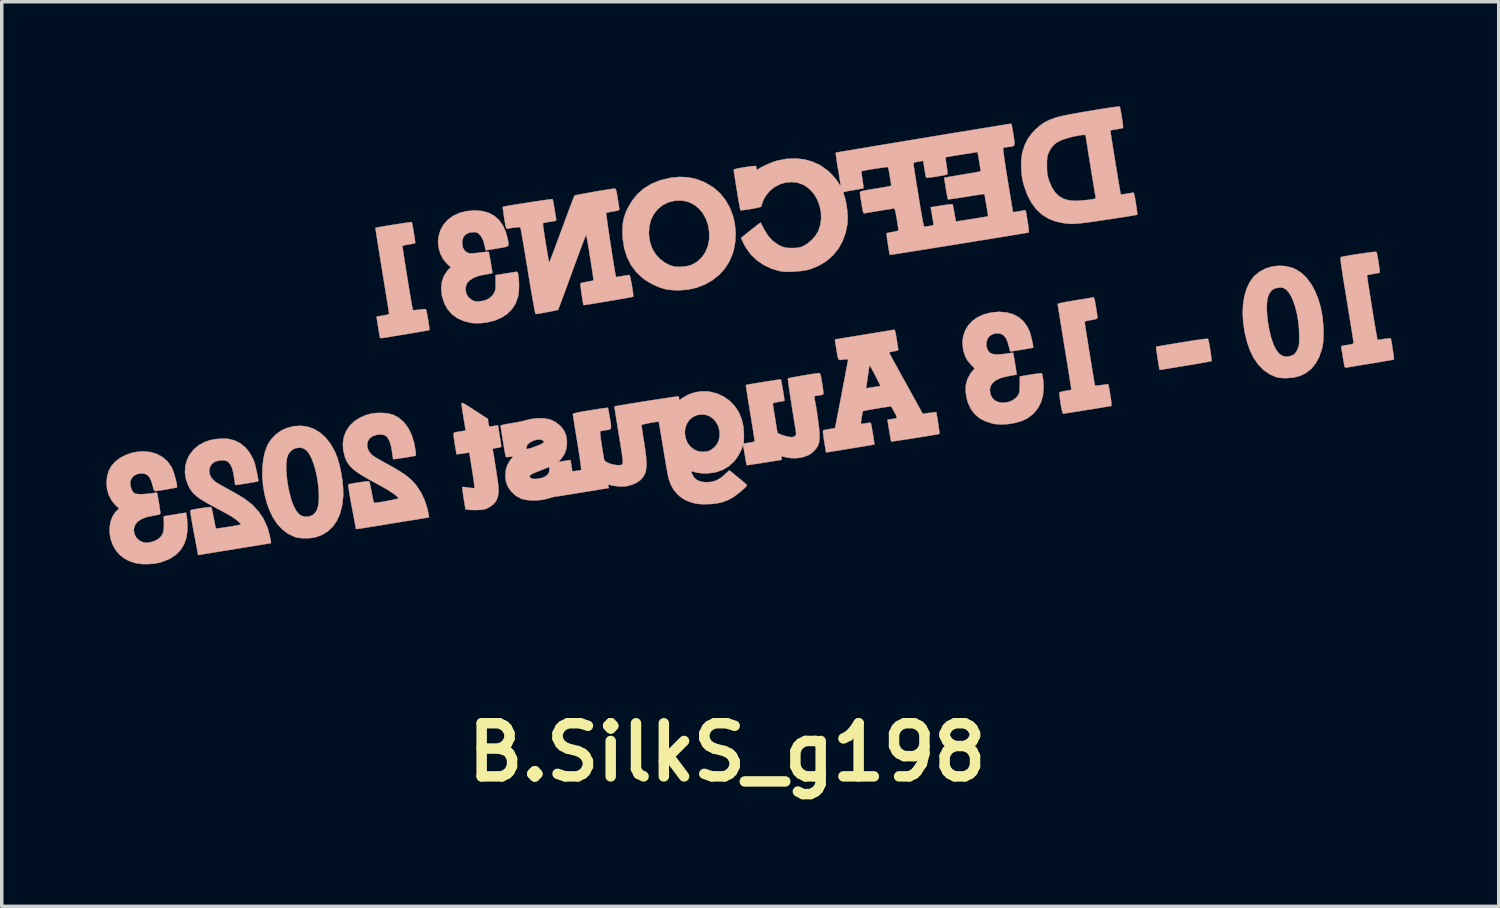
<source format=kicad_pcb>
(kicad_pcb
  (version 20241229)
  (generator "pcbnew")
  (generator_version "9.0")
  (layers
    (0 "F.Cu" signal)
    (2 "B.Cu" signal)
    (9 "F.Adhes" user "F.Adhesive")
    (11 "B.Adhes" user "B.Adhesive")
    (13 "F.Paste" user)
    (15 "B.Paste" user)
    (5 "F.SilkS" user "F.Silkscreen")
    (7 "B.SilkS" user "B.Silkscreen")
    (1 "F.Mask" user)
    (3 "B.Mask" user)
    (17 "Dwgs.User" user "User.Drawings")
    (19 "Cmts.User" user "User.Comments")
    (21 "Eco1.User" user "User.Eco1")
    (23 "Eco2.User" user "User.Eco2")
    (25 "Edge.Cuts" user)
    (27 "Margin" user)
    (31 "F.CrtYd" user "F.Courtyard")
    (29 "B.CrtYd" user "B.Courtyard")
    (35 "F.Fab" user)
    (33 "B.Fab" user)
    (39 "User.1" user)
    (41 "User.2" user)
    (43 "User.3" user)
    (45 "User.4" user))
  (footprint "B.SilkS_g198"
    (layer "F.Cu")
    (at 17.806 18.531)
    (property "Reference" "B.SilkS_g198" (at 0 0 0) (layer "F.SilkS") (effects (font (size 1.524 1.524) (thickness 0.3))))
    (attr through_hole)
    (fp_poly (pts (xy 13.788 -11.861) (xy 13.798 -11.857) (xy 13.808 -11.827) (xy 13.821 -11.765) (xy 13.837 -11.682) (xy 13.853 -11.585) (xy 13.869 -11.485) (xy 13.882 -11.389) (xy 13.893 -11.308) (xy 13.898 -11.25) (xy 13.897 -11.223) (xy 13.897 -11.223) (xy 13.874 -11.217) (xy 13.814 -11.205) (xy 13.722 -11.188) (xy 13.604 -11.167) (xy 13.463 -11.143) (xy 13.306 -11.116) (xy 13.202 -11.099) (xy 13.035 -11.072) (xy 12.879 -11.046) (xy 12.74 -11.023) (xy 12.623 -11.004) (xy 12.533 -10.989) (xy 12.477 -10.98) (xy 12.462 -10.977) (xy 12.42 -10.972) (xy 12.404 -10.975) (xy 12.4 -10.998) (xy 12.391 -11.056) (xy 12.378 -11.14) (xy 12.361 -11.244) (xy 12.351 -11.306) (xy 12.333 -11.417) (xy 12.319 -11.513) (xy 12.309 -11.585) (xy 12.305 -11.627) (xy 12.305 -11.635) (xy 12.327 -11.639) (xy 12.385 -11.65) (xy 12.476 -11.666) (xy 12.595 -11.686) (xy 12.736 -11.71) (xy 12.895 -11.736) (xy 13.047 -11.761) (xy 13.262 -11.796) (xy 13.438 -11.823) (xy 13.576 -11.843) (xy 13.678 -11.855) (xy 13.748 -11.862) (xy 13.788 -11.861)) (stroke (width 0.01) (type solid)) (fill yes) (layer "B.SilkS"))
    (fp_poly (pts (xy -12.031 -9.341) (xy -11.846 -9.275) (xy -11.675 -9.171) (xy -11.517 -9.03) (xy -11.378 -8.855) (xy -11.257 -8.645) (xy -11.236 -8.6) (xy -11.171 -8.431) (xy -11.115 -8.233) (xy -11.069 -8.017) (xy -11.034 -7.794) (xy -11.014 -7.578) (xy -11.011 -7.379) (xy -11.014 -7.316) (xy -11.046 -7.06) (xy -11.107 -6.833) (xy -11.196 -6.637) (xy -11.312 -6.471) (xy -11.455 -6.337) (xy -11.623 -6.235) (xy -11.805 -6.17) (xy -11.922 -6.149) (xy -12.056 -6.14) (xy -12.193 -6.143) (xy -12.316 -6.157) (xy -12.393 -6.176) (xy -12.583 -6.264) (xy -12.753 -6.389) (xy -12.904 -6.551) (xy -13.034 -6.748) (xy -13.142 -6.98) (xy -13.196 -7.133) (xy -13.266 -7.396) (xy -13.311 -7.662) (xy -13.332 -7.926) (xy -13.329 -8.154) (xy -12.647 -8.154) (xy -12.638 -7.973) (xy -12.615 -7.776) (xy -12.58 -7.567) (xy -12.561 -7.479) (xy -12.503 -7.256) (xy -12.436 -7.074) (xy -12.362 -6.934) (xy -12.279 -6.835) (xy -12.211 -6.788) (xy -12.116 -6.76) (xy -12.009 -6.763) (xy -11.909 -6.795) (xy -11.875 -6.816) (xy -11.823 -6.866) (xy -11.776 -6.934) (xy -11.762 -6.962) (xy -11.731 -7.064) (xy -11.713 -7.199) (xy -11.708 -7.359) (xy -11.716 -7.537) (xy -11.736 -7.725) (xy -11.766 -7.917) (xy -11.808 -8.104) (xy -11.855 -8.263) (xy -11.919 -8.432) (xy -11.986 -8.562) (xy -12.059 -8.655) (xy -12.14 -8.713) (xy -12.232 -8.739) (xy -12.272 -8.742) (xy -12.389 -8.722) (xy -12.491 -8.664) (xy -12.571 -8.572) (xy -12.591 -8.538) (xy -12.623 -8.442) (xy -12.642 -8.312) (xy -12.647 -8.154) (xy -13.329 -8.154) (xy -13.328 -8.182) (xy -13.301 -8.421) (xy -13.25 -8.639) (xy -13.175 -8.828) (xy -13.174 -8.832) (xy -13.076 -8.983) (xy -12.946 -9.117) (xy -12.795 -9.228) (xy -12.637 -9.302) (xy -12.429 -9.356) (xy -12.226 -9.368) (xy -12.031 -9.341)) (stroke (width 0.01) (type solid)) (fill yes) (layer "B.SilkS"))
    (fp_poly (pts (xy -1.109 -16.494) (xy -0.862 -16.44) (xy -0.626 -16.345) (xy -0.401 -16.209) (xy -0.364 -16.182) (xy -0.189 -16.024) (xy -0.042 -15.839) (xy 0.077 -15.63) (xy 0.166 -15.402) (xy 0.223 -15.162) (xy 0.247 -14.913) (xy 0.237 -14.66) (xy 0.192 -14.41) (xy 0.158 -14.296) (xy 0.063 -14.074) (xy -0.067 -13.873) (xy -0.227 -13.697) (xy -0.415 -13.546) (xy -0.627 -13.425) (xy -0.859 -13.333) (xy -1.109 -13.275) (xy -1.372 -13.253) (xy -1.418 -13.252) (xy -1.529 -13.257) (xy -1.645 -13.267) (xy -1.745 -13.281) (xy -1.767 -13.285) (xy -1.902 -13.324) (xy -2.052 -13.385) (xy -2.203 -13.46) (xy -2.341 -13.544) (xy -2.423 -13.604) (xy -2.606 -13.779) (xy -2.755 -13.978) (xy -2.868 -14.201) (xy -2.947 -14.448) (xy -2.991 -14.718) (xy -2.999 -14.838) (xy -2.999 -14.894) (xy -2.244 -14.894) (xy -2.224 -14.7) (xy -2.17 -14.511) (xy -2.129 -14.417) (xy -2.039 -14.277) (xy -1.923 -14.152) (xy -1.789 -14.049) (xy -1.646 -13.974) (xy -1.502 -13.933) (xy -1.5 -13.933) (xy -1.372 -13.925) (xy -1.233 -13.934) (xy -1.101 -13.957) (xy -1.005 -13.989) (xy -0.851 -14.079) (xy -0.724 -14.2) (xy -0.624 -14.346) (xy -0.553 -14.514) (xy -0.514 -14.699) (xy -0.509 -14.896) (xy -0.538 -15.101) (xy -0.54 -15.108) (xy -0.602 -15.296) (xy -0.694 -15.461) (xy -0.81 -15.601) (xy -0.948 -15.71) (xy -1.103 -15.786) (xy -1.271 -15.825) (xy -1.305 -15.828) (xy -1.501 -15.822) (xy -1.683 -15.777) (xy -1.847 -15.696) (xy -1.989 -15.58) (xy -2.105 -15.433) (xy -2.184 -15.269) (xy -2.23 -15.087) (xy -2.244 -14.894) (xy -2.999 -14.894) (xy -3 -15.033) (xy -2.986 -15.201) (xy -2.953 -15.353) (xy -2.9 -15.503) (xy -2.861 -15.589) (xy -2.729 -15.818) (xy -2.572 -16.013) (xy -2.387 -16.176) (xy -2.175 -16.306) (xy -1.936 -16.404) (xy -1.915 -16.411) (xy -1.635 -16.479) (xy -1.367 -16.507) (xy -1.109 -16.494)) (stroke (width 0.01) (type solid)) (fill yes) (layer "B.SilkS"))
    (fp_poly (pts (xy 16.014 -13.948) (xy 16.203 -13.903) (xy 16.32 -13.853) (xy 16.48 -13.749) (xy 16.625 -13.609) (xy 16.755 -13.435) (xy 16.867 -13.233) (xy 16.959 -13.004) (xy 17.031 -12.754) (xy 17.081 -12.486) (xy 17.106 -12.203) (xy 17.11 -12.033) (xy 17.107 -11.889) (xy 17.1 -11.774) (xy 17.087 -11.677) (xy 17.068 -11.587) (xy 17.063 -11.568) (xy 16.987 -11.346) (xy 16.885 -11.158) (xy 16.759 -11.003) (xy 16.608 -10.883) (xy 16.433 -10.798) (xy 16.235 -10.748) (xy 16.024 -10.733) (xy 15.928 -10.737) (xy 15.837 -10.746) (xy 15.769 -10.758) (xy 15.759 -10.761) (xy 15.566 -10.844) (xy 15.392 -10.964) (xy 15.239 -11.12) (xy 15.106 -11.311) (xy 14.996 -11.536) (xy 14.916 -11.769) (xy 14.847 -12.051) (xy 14.806 -12.327) (xy 14.791 -12.593) (xy 14.796 -12.716) (xy 15.482 -12.716) (xy 15.492 -12.534) (xy 15.514 -12.34) (xy 15.549 -12.14) (xy 15.595 -11.942) (xy 15.611 -11.884) (xy 15.676 -11.695) (xy 15.75 -11.547) (xy 15.833 -11.44) (xy 15.925 -11.374) (xy 16.027 -11.348) (xy 16.14 -11.362) (xy 16.209 -11.387) (xy 16.266 -11.419) (xy 16.307 -11.46) (xy 16.345 -11.524) (xy 16.357 -11.551) (xy 16.381 -11.604) (xy 16.397 -11.651) (xy 16.407 -11.702) (xy 16.412 -11.767) (xy 16.414 -11.856) (xy 16.413 -11.959) (xy 16.405 -12.172) (xy 16.382 -12.382) (xy 16.346 -12.584) (xy 16.299 -12.772) (xy 16.242 -12.941) (xy 16.178 -13.085) (xy 16.108 -13.199) (xy 16.033 -13.278) (xy 16.019 -13.287) (xy 15.961 -13.32) (xy 15.905 -13.333) (xy 15.83 -13.331) (xy 15.826 -13.331) (xy 15.713 -13.308) (xy 15.627 -13.256) (xy 15.56 -13.17) (xy 15.534 -13.119) (xy 15.503 -13.015) (xy 15.486 -12.878) (xy 15.482 -12.716) (xy 14.796 -12.716) (xy 14.801 -12.845) (xy 14.838 -13.079) (xy 14.899 -13.291) (xy 14.985 -13.477) (xy 15.094 -13.632) (xy 15.125 -13.665) (xy 15.271 -13.786) (xy 15.441 -13.876) (xy 15.626 -13.934) (xy 15.819 -13.958) (xy 16.014 -13.948)) (stroke (width 0.01) (type solid)) (fill yes) (layer "B.SilkS"))
    (fp_poly (pts (xy -7.571 -10.015) (xy -7.528 -9.993) (xy -7.464 -9.955) (xy -7.374 -9.898) (xy -7.254 -9.82) (xy -7.235 -9.808) (xy -6.861 -9.564) (xy -6.846 -9.448) (xy -6.835 -9.381) (xy -6.822 -9.349) (xy -6.802 -9.342) (xy -6.797 -9.343) (xy -6.756 -9.352) (xy -6.692 -9.363) (xy -6.667 -9.367) (xy -6.571 -9.38) (xy -6.524 -9.088) (xy -6.507 -8.98) (xy -6.492 -8.886) (xy -6.482 -8.815) (xy -6.477 -8.775) (xy -6.477 -8.77) (xy -6.496 -8.755) (xy -6.548 -8.74) (xy -6.604 -8.731) (xy -6.674 -8.722) (xy -6.711 -8.711) (xy -6.723 -8.694) (xy -6.72 -8.671) (xy -6.712 -8.625) (xy -6.698 -8.546) (xy -6.681 -8.44) (xy -6.661 -8.317) (xy -6.64 -8.184) (xy -6.619 -8.048) (xy -6.599 -7.918) (xy -6.582 -7.803) (xy -6.569 -7.709) (xy -6.563 -7.659) (xy -6.553 -7.482) (xy -6.574 -7.334) (xy -6.625 -7.21) (xy -6.709 -7.109) (xy -6.826 -7.028) (xy -6.842 -7.019) (xy -6.909 -6.988) (xy -6.971 -6.969) (xy -7.043 -6.958) (xy -7.14 -6.952) (xy -7.159 -6.952) (xy -7.256 -6.951) (xy -7.345 -6.953) (xy -7.412 -6.957) (xy -7.429 -6.96) (xy -7.504 -6.974) (xy -7.555 -7.287) (xy -7.572 -7.397) (xy -7.585 -7.491) (xy -7.593 -7.563) (xy -7.595 -7.604) (xy -7.594 -7.611) (xy -7.568 -7.614) (xy -7.513 -7.609) (xy -7.437 -7.599) (xy -7.421 -7.596) (xy -7.343 -7.585) (xy -7.282 -7.58) (xy -7.249 -7.582) (xy -7.247 -7.583) (xy -7.247 -7.607) (xy -7.252 -7.667) (xy -7.263 -7.757) (xy -7.279 -7.871) (xy -7.299 -8.002) (xy -7.314 -8.098) (xy -7.394 -8.599) (xy -7.486 -8.586) (xy -7.571 -8.573) (xy -7.659 -8.561) (xy -7.67 -8.56) (xy -7.761 -8.547) (xy -7.81 -8.846) (xy -7.828 -8.964) (xy -7.84 -9.06) (xy -7.844 -9.128) (xy -7.841 -9.162) (xy -7.84 -9.164) (xy -7.811 -9.175) (xy -7.752 -9.189) (xy -7.675 -9.202) (xy -7.666 -9.204) (xy -7.59 -9.215) (xy -7.532 -9.225) (xy -7.505 -9.232) (xy -7.504 -9.233) (xy -7.505 -9.255) (xy -7.513 -9.311) (xy -7.525 -9.396) (xy -7.543 -9.502) (xy -7.559 -9.599) (xy -7.579 -9.721) (xy -7.595 -9.83) (xy -7.608 -9.92) (xy -7.614 -9.982) (xy -7.615 -10.006) (xy -7.61 -10.019) (xy -7.597 -10.023) (xy -7.571 -10.015)) (stroke (width 0.01) (type solid)) (fill yes) (layer "B.SilkS"))
    (fp_poly (pts (xy -9.045 -15.211) (xy -9.038 -15.188) (xy -9.026 -15.132) (xy -9.011 -15.053) (xy -8.995 -14.961) (xy -8.979 -14.863) (xy -8.964 -14.77) (xy -8.953 -14.69) (xy -8.946 -14.633) (xy -8.944 -14.608) (xy -8.945 -14.607) (xy -8.968 -14.6) (xy -9.022 -14.588) (xy -9.098 -14.574) (xy -9.127 -14.569) (xy -9.208 -14.554) (xy -9.272 -14.541) (xy -9.307 -14.532) (xy -9.311 -14.53) (xy -9.31 -14.508) (xy -9.302 -14.449) (xy -9.289 -14.359) (xy -9.272 -14.243) (xy -9.251 -14.106) (xy -9.227 -13.953) (xy -9.201 -13.789) (xy -9.173 -13.62) (xy -9.146 -13.451) (xy -9.119 -13.286) (xy -9.093 -13.132) (xy -9.07 -12.993) (xy -9.049 -12.875) (xy -9.032 -12.783) (xy -9.02 -12.721) (xy -9.014 -12.695) (xy -9.014 -12.695) (xy -8.989 -12.685) (xy -8.929 -12.687) (xy -8.832 -12.699) (xy -8.827 -12.7) (xy -8.741 -12.711) (xy -8.676 -12.714) (xy -8.64 -12.71) (xy -8.638 -12.708) (xy -8.629 -12.682) (xy -8.615 -12.624) (xy -8.599 -12.543) (xy -8.583 -12.45) (xy -8.567 -12.353) (xy -8.553 -12.261) (xy -8.542 -12.185) (xy -8.537 -12.132) (xy -8.538 -12.113) (xy -8.561 -12.108) (xy -8.62 -12.096) (xy -8.71 -12.08) (xy -8.827 -12.059) (xy -8.965 -12.036) (xy -9.118 -12.01) (xy -9.179 -12) (xy -9.341 -11.974) (xy -9.492 -11.949) (xy -9.627 -11.927) (xy -9.739 -11.908) (xy -9.822 -11.895) (xy -9.872 -11.886) (xy -9.88 -11.885) (xy -9.936 -11.883) (xy -9.958 -11.9) (xy -9.964 -11.927) (xy -9.974 -11.986) (xy -9.988 -12.068) (xy -10.003 -12.163) (xy -10.019 -12.261) (xy -10.034 -12.353) (xy -10.045 -12.43) (xy -10.053 -12.48) (xy -10.054 -12.496) (xy -10.035 -12.502) (xy -9.983 -12.512) (xy -9.909 -12.524) (xy -9.874 -12.529) (xy -9.787 -12.545) (xy -9.725 -12.562) (xy -9.696 -12.577) (xy -9.695 -12.58) (xy -9.698 -12.605) (xy -9.707 -12.668) (xy -9.723 -12.765) (xy -9.743 -12.893) (xy -9.768 -13.047) (xy -9.796 -13.224) (xy -9.828 -13.421) (xy -9.863 -13.632) (xy -9.894 -13.822) (xy -9.93 -14.043) (xy -9.964 -14.252) (xy -9.995 -14.444) (xy -10.022 -14.616) (xy -10.045 -14.764) (xy -10.064 -14.885) (xy -10.077 -14.975) (xy -10.085 -15.029) (xy -10.086 -15.045) (xy -10.064 -15.051) (xy -10.007 -15.062) (xy -9.922 -15.077) (xy -9.816 -15.095) (xy -9.696 -15.115) (xy -9.569 -15.135) (xy -9.442 -15.155) (xy -9.321 -15.174) (xy -9.214 -15.19) (xy -9.128 -15.202) (xy -9.069 -15.21) (xy -9.045 -15.211) (xy -9.045 -15.211)) (stroke (width 0.01) (type solid)) (fill yes) (layer "B.SilkS"))
    (fp_poly (pts (xy 10.516 -13.049) (xy 10.529 -13.029) (xy 10.542 -12.985) (xy 10.558 -12.913) (xy 10.576 -12.805) (xy 10.58 -12.78) (xy 10.597 -12.673) (xy 10.612 -12.58) (xy 10.622 -12.508) (xy 10.626 -12.468) (xy 10.626 -12.465) (xy 10.616 -12.446) (xy 10.583 -12.43) (xy 10.52 -12.414) (xy 10.44 -12.4) (xy 10.351 -12.385) (xy 10.296 -12.372) (xy 10.268 -12.357) (xy 10.259 -12.34) (xy 10.259 -12.329) (xy 10.263 -12.298) (xy 10.273 -12.231) (xy 10.288 -12.134) (xy 10.308 -12.011) (xy 10.33 -11.869) (xy 10.356 -11.713) (xy 10.382 -11.548) (xy 10.41 -11.378) (xy 10.437 -11.211) (xy 10.463 -11.05) (xy 10.488 -10.902) (xy 10.509 -10.771) (xy 10.527 -10.663) (xy 10.541 -10.583) (xy 10.549 -10.537) (xy 10.551 -10.528) (xy 10.57 -10.518) (xy 10.619 -10.519) (xy 10.703 -10.529) (xy 10.742 -10.536) (xy 10.825 -10.548) (xy 10.89 -10.556) (xy 10.929 -10.558) (xy 10.934 -10.557) (xy 10.941 -10.534) (xy 10.953 -10.476) (xy 10.968 -10.393) (xy 10.986 -10.29) (xy 10.993 -10.246) (xy 11.014 -10.111) (xy 11.025 -10.016) (xy 11.026 -9.958) (xy 11.019 -9.937) (xy 11.019 -9.937) (xy 10.992 -9.932) (xy 10.93 -9.921) (xy 10.838 -9.905) (xy 10.723 -9.886) (xy 10.591 -9.865) (xy 10.448 -9.841) (xy 10.3 -9.818) (xy 10.153 -9.794) (xy 10.013 -9.772) (xy 9.887 -9.752) (xy 9.78 -9.736) (xy 9.7 -9.723) (xy 9.651 -9.717) (xy 9.639 -9.715) (xy 9.627 -9.735) (xy 9.61 -9.792) (xy 9.591 -9.878) (xy 9.571 -9.988) (xy 9.567 -10.013) (xy 9.55 -10.13) (xy 9.538 -10.225) (xy 9.534 -10.292) (xy 9.536 -10.326) (xy 9.538 -10.327) (xy 9.567 -10.339) (xy 9.626 -10.353) (xy 9.703 -10.368) (xy 9.715 -10.37) (xy 9.791 -10.382) (xy 9.848 -10.393) (xy 9.876 -10.399) (xy 9.877 -10.4) (xy 9.875 -10.421) (xy 9.866 -10.48) (xy 9.852 -10.574) (xy 9.832 -10.698) (xy 9.808 -10.849) (xy 9.78 -11.024) (xy 9.749 -11.219) (xy 9.714 -11.429) (xy 9.683 -11.621) (xy 9.647 -11.843) (xy 9.612 -12.053) (xy 9.581 -12.246) (xy 9.553 -12.42) (xy 9.529 -12.571) (xy 9.509 -12.694) (xy 9.494 -12.786) (xy 9.486 -12.843) (xy 9.483 -12.861) (xy 9.503 -12.872) (xy 9.562 -12.888) (xy 9.656 -12.908) (xy 9.783 -12.931) (xy 9.937 -12.957) (xy 9.975 -12.964) (xy 10.116 -12.986) (xy 10.244 -13.007) (xy 10.353 -13.025) (xy 10.436 -13.039) (xy 10.488 -13.049) (xy 10.501 -13.051) (xy 10.516 -13.049)) (stroke (width 0.01) (type solid)) (fill yes) (layer "B.SilkS"))
    (fp_poly (pts (xy 18.626 -14.358) (xy 18.635 -14.332) (xy 18.648 -14.274) (xy 18.663 -14.193) (xy 18.68 -14.1) (xy 18.695 -14.002) (xy 18.708 -13.911) (xy 18.718 -13.833) (xy 18.723 -13.781) (xy 18.721 -13.761) (xy 18.697 -13.753) (xy 18.641 -13.742) (xy 18.565 -13.728) (xy 18.539 -13.724) (xy 18.459 -13.71) (xy 18.396 -13.698) (xy 18.361 -13.689) (xy 18.358 -13.687) (xy 18.359 -13.665) (xy 18.367 -13.606) (xy 18.38 -13.517) (xy 18.397 -13.4) (xy 18.419 -13.263) (xy 18.443 -13.11) (xy 18.469 -12.946) (xy 18.496 -12.776) (xy 18.524 -12.606) (xy 18.551 -12.441) (xy 18.577 -12.286) (xy 18.601 -12.145) (xy 18.621 -12.025) (xy 18.638 -11.93) (xy 18.65 -11.866) (xy 18.657 -11.837) (xy 18.658 -11.837) (xy 18.681 -11.836) (xy 18.736 -11.842) (xy 18.813 -11.853) (xy 18.849 -11.859) (xy 18.947 -11.873) (xy 19.008 -11.877) (xy 19.037 -11.871) (xy 19.04 -11.866) (xy 19.049 -11.828) (xy 19.061 -11.762) (xy 19.075 -11.676) (xy 19.09 -11.581) (xy 19.104 -11.484) (xy 19.117 -11.395) (xy 19.126 -11.324) (xy 19.13 -11.28) (xy 19.129 -11.269) (xy 19.107 -11.264) (xy 19.048 -11.252) (xy 18.957 -11.236) (xy 18.84 -11.216) (xy 18.702 -11.192) (xy 18.547 -11.166) (xy 18.476 -11.155) (xy 18.314 -11.128) (xy 18.163 -11.104) (xy 18.029 -11.082) (xy 17.917 -11.063) (xy 17.834 -11.049) (xy 17.785 -11.041) (xy 17.776 -11.04) (xy 17.733 -11.039) (xy 17.713 -11.065) (xy 17.708 -11.087) (xy 17.699 -11.133) (xy 17.687 -11.208) (xy 17.671 -11.299) (xy 17.664 -11.345) (xy 17.648 -11.439) (xy 17.634 -11.523) (xy 17.623 -11.585) (xy 17.62 -11.602) (xy 17.616 -11.629) (xy 17.623 -11.647) (xy 17.648 -11.66) (xy 17.699 -11.671) (xy 17.784 -11.684) (xy 17.789 -11.685) (xy 17.877 -11.699) (xy 17.931 -11.712) (xy 17.959 -11.726) (xy 17.969 -11.744) (xy 17.97 -11.756) (xy 17.966 -11.785) (xy 17.957 -11.851) (xy 17.941 -11.952) (xy 17.921 -12.082) (xy 17.896 -12.239) (xy 17.867 -12.418) (xy 17.835 -12.616) (xy 17.8 -12.828) (xy 17.773 -12.996) (xy 17.731 -13.253) (xy 17.695 -13.47) (xy 17.666 -13.653) (xy 17.643 -13.802) (xy 17.625 -13.923) (xy 17.612 -14.017) (xy 17.603 -14.088) (xy 17.599 -14.14) (xy 17.599 -14.174) (xy 17.601 -14.195) (xy 17.607 -14.205) (xy 17.609 -14.206) (xy 17.646 -14.216) (xy 17.715 -14.23) (xy 17.809 -14.247) (xy 17.921 -14.266) (xy 18.045 -14.286) (xy 18.172 -14.305) (xy 18.296 -14.323) (xy 18.41 -14.338) (xy 18.506 -14.35) (xy 18.579 -14.358) (xy 18.62 -14.36) (xy 18.626 -14.358)) (stroke (width 0.01) (type solid)) (fill yes) (layer "B.SilkS"))
    (fp_poly (pts (xy 8.021 -12.619) (xy 8.207 -12.567) (xy 8.368 -12.481) (xy 8.504 -12.363) (xy 8.612 -12.213) (xy 8.677 -12.075) (xy 8.698 -12.011) (xy 8.72 -11.93) (xy 8.742 -11.841) (xy 8.761 -11.754) (xy 8.775 -11.68) (xy 8.782 -11.628) (xy 8.78 -11.609) (xy 8.757 -11.603) (xy 8.7 -11.592) (xy 8.618 -11.577) (xy 8.518 -11.56) (xy 8.497 -11.557) (xy 8.39 -11.54) (xy 8.293 -11.524) (xy 8.217 -11.511) (xy 8.172 -11.503) (xy 8.169 -11.503) (xy 8.14 -11.5) (xy 8.12 -11.511) (xy 8.106 -11.546) (xy 8.091 -11.613) (xy 8.088 -11.623) (xy 8.046 -11.778) (xy 7.991 -11.894) (xy 7.921 -11.971) (xy 7.835 -12.013) (xy 7.73 -12.019) (xy 7.637 -12.001) (xy 7.549 -11.956) (xy 7.483 -11.882) (xy 7.445 -11.786) (xy 7.438 -11.678) (xy 7.452 -11.602) (xy 7.487 -11.523) (xy 7.538 -11.465) (xy 7.611 -11.429) (xy 7.71 -11.413) (xy 7.838 -11.416) (xy 8.002 -11.435) (xy 8.012 -11.437) (xy 8.096 -11.45) (xy 8.162 -11.459) (xy 8.201 -11.463) (xy 8.207 -11.463) (xy 8.211 -11.442) (xy 8.221 -11.387) (xy 8.236 -11.304) (xy 8.252 -11.202) (xy 8.261 -11.148) (xy 8.311 -10.836) (xy 8.267 -10.828) (xy 8.227 -10.821) (xy 8.158 -10.808) (xy 8.072 -10.792) (xy 8.033 -10.785) (xy 7.861 -10.741) (xy 7.724 -10.68) (xy 7.624 -10.603) (xy 7.561 -10.511) (xy 7.537 -10.405) (xy 7.553 -10.286) (xy 7.559 -10.264) (xy 7.615 -10.157) (xy 7.698 -10.082) (xy 7.808 -10.039) (xy 7.922 -10.029) (xy 8.062 -10.047) (xy 8.187 -10.096) (xy 8.287 -10.17) (xy 8.333 -10.225) (xy 8.359 -10.268) (xy 8.377 -10.308) (xy 8.387 -10.355) (xy 8.393 -10.421) (xy 8.395 -10.515) (xy 8.396 -10.55) (xy 8.399 -10.784) (xy 8.708 -10.835) (xy 8.818 -10.852) (xy 8.911 -10.865) (xy 8.982 -10.874) (xy 9.023 -10.876) (xy 9.029 -10.875) (xy 9.041 -10.844) (xy 9.053 -10.781) (xy 9.065 -10.697) (xy 9.074 -10.602) (xy 9.079 -10.508) (xy 9.08 -10.455) (xy 9.062 -10.242) (xy 9.008 -10.048) (xy 8.919 -9.874) (xy 8.798 -9.724) (xy 8.645 -9.601) (xy 8.581 -9.564) (xy 8.429 -9.497) (xy 8.25 -9.448) (xy 8.059 -9.416) (xy 7.87 -9.405) (xy 7.695 -9.416) (xy 7.623 -9.429) (xy 7.418 -9.493) (xy 7.246 -9.582) (xy 7.105 -9.7) (xy 6.994 -9.847) (xy 6.911 -10.025) (xy 6.877 -10.139) (xy 6.843 -10.342) (xy 6.848 -10.53) (xy 6.893 -10.703) (xy 6.978 -10.86) (xy 7.033 -10.932) (xy 7.103 -11.013) (xy 6.996 -11.121) (xy 6.895 -11.241) (xy 6.825 -11.371) (xy 6.778 -11.526) (xy 6.772 -11.553) (xy 6.753 -11.749) (xy 6.772 -11.931) (xy 6.828 -12.098) (xy 6.917 -12.248) (xy 7.037 -12.376) (xy 7.186 -12.482) (xy 7.361 -12.562) (xy 7.561 -12.614) (xy 7.781 -12.636) (xy 7.814 -12.636) (xy 8.021 -12.619)) (stroke (width 0.01) (type solid)) (fill yes) (layer "B.SilkS"))
    (fp_poly (pts (xy -7.019 -15.527) (xy -6.835 -15.475) (xy -6.674 -15.388) (xy -6.54 -15.268) (xy -6.43 -15.114) (xy -6.347 -14.927) (xy -6.299 -14.748) (xy -6.28 -14.66) (xy -6.269 -14.597) (xy -6.271 -14.552) (xy -6.291 -14.523) (xy -6.334 -14.502) (xy -6.405 -14.485) (xy -6.509 -14.468) (xy -6.594 -14.454) (xy -6.923 -14.401) (xy -6.935 -14.455) (xy -6.966 -14.586) (xy -6.997 -14.684) (xy -7.029 -14.757) (xy -7.068 -14.815) (xy -7.091 -14.841) (xy -7.143 -14.89) (xy -7.187 -14.914) (xy -7.243 -14.922) (xy -7.268 -14.922) (xy -7.394 -14.907) (xy -7.491 -14.861) (xy -7.558 -14.787) (xy -7.594 -14.685) (xy -7.599 -14.619) (xy -7.584 -14.498) (xy -7.538 -14.406) (xy -7.464 -14.343) (xy -7.454 -14.338) (xy -7.419 -14.323) (xy -7.385 -14.314) (xy -7.342 -14.312) (xy -7.281 -14.315) (xy -7.194 -14.324) (xy -7.112 -14.334) (xy -7.011 -14.346) (xy -6.927 -14.355) (xy -6.867 -14.36) (xy -6.84 -14.36) (xy -6.839 -14.36) (xy -6.833 -14.338) (xy -6.822 -14.284) (xy -6.807 -14.206) (xy -6.79 -14.113) (xy -6.773 -14.015) (xy -6.757 -13.921) (xy -6.743 -13.84) (xy -6.734 -13.781) (xy -6.731 -13.754) (xy -6.75 -13.742) (xy -6.796 -13.729) (xy -6.81 -13.727) (xy -6.945 -13.705) (xy -7.047 -13.685) (xy -7.126 -13.666) (xy -7.192 -13.644) (xy -7.254 -13.618) (xy -7.271 -13.61) (xy -7.384 -13.54) (xy -7.458 -13.459) (xy -7.495 -13.363) (xy -7.501 -13.296) (xy -7.483 -13.17) (xy -7.429 -13.068) (xy -7.341 -12.989) (xy -7.33 -12.982) (xy -7.274 -12.953) (xy -7.224 -12.938) (xy -7.163 -12.934) (xy -7.089 -12.938) (xy -6.939 -12.966) (xy -6.817 -13.025) (xy -6.722 -13.116) (xy -6.689 -13.167) (xy -6.664 -13.215) (xy -6.649 -13.261) (xy -6.641 -13.316) (xy -6.638 -13.393) (xy -6.639 -13.475) (xy -6.642 -13.689) (xy -6.353 -13.736) (xy -6.245 -13.753) (xy -6.151 -13.768) (xy -6.079 -13.779) (xy -6.038 -13.786) (xy -6.033 -13.786) (xy -6.011 -13.769) (xy -5.994 -13.718) (xy -5.98 -13.639) (xy -5.972 -13.541) (xy -5.968 -13.432) (xy -5.969 -13.318) (xy -5.975 -13.208) (xy -5.988 -13.109) (xy -6.001 -13.049) (xy -6.07 -12.867) (xy -6.173 -12.708) (xy -6.309 -12.574) (xy -6.475 -12.466) (xy -6.67 -12.384) (xy -6.892 -12.331) (xy -7.07 -12.311) (xy -7.166 -12.309) (xy -7.264 -12.311) (xy -7.336 -12.318) (xy -7.549 -12.369) (xy -7.734 -12.451) (xy -7.889 -12.564) (xy -8.015 -12.706) (xy -8.109 -12.876) (xy -8.173 -13.075) (xy -8.184 -13.132) (xy -8.2 -13.325) (xy -8.179 -13.505) (xy -8.122 -13.667) (xy -8.03 -13.808) (xy -7.997 -13.845) (xy -7.927 -13.917) (xy -8.035 -14.018) (xy -8.141 -14.144) (xy -8.221 -14.295) (xy -8.272 -14.463) (xy -8.291 -14.637) (xy -8.277 -14.801) (xy -8.221 -14.983) (xy -8.131 -15.143) (xy -8.009 -15.279) (xy -7.858 -15.389) (xy -7.681 -15.471) (xy -7.48 -15.524) (xy -7.259 -15.544) (xy -7.228 -15.545) (xy -7.019 -15.527)) (stroke (width 0.01) (type solid)) (fill yes) (layer "B.SilkS"))
    (fp_poly (pts (xy -16.527 -8.612) (xy -16.344 -8.554) (xy -16.182 -8.462) (xy -16.047 -8.34) (xy -15.941 -8.191) (xy -15.916 -8.143) (xy -15.889 -8.075) (xy -15.86 -7.989) (xy -15.833 -7.894) (xy -15.808 -7.799) (xy -15.789 -7.713) (xy -15.778 -7.646) (xy -15.778 -7.607) (xy -15.78 -7.602) (xy -15.804 -7.595) (xy -15.86 -7.582) (xy -15.941 -7.567) (xy -16.035 -7.55) (xy -16.136 -7.533) (xy -16.233 -7.517) (xy -16.317 -7.504) (xy -16.38 -7.496) (xy -16.407 -7.494) (xy -16.429 -7.505) (xy -16.449 -7.545) (xy -16.47 -7.619) (xy -16.476 -7.644) (xy -16.516 -7.784) (xy -16.566 -7.886) (xy -16.629 -7.954) (xy -16.708 -7.991) (xy -16.795 -8.001) (xy -16.917 -7.984) (xy -17.013 -7.936) (xy -17.081 -7.862) (xy -17.117 -7.767) (xy -17.118 -7.657) (xy -17.083 -7.542) (xy -17.048 -7.482) (xy -17.008 -7.438) (xy -16.996 -7.429) (xy -16.938 -7.413) (xy -16.848 -7.406) (xy -16.733 -7.408) (xy -16.603 -7.419) (xy -16.52 -7.43) (xy -16.442 -7.44) (xy -16.384 -7.447) (xy -16.354 -7.448) (xy -16.352 -7.447) (xy -16.346 -7.424) (xy -16.335 -7.368) (xy -16.321 -7.29) (xy -16.305 -7.197) (xy -16.289 -7.101) (xy -16.275 -7.009) (xy -16.264 -6.932) (xy -16.257 -6.879) (xy -16.256 -6.863) (xy -16.261 -6.841) (xy -16.282 -6.825) (xy -16.327 -6.812) (xy -16.404 -6.799) (xy -16.429 -6.795) (xy -16.623 -6.756) (xy -16.777 -6.701) (xy -16.893 -6.63) (xy -16.971 -6.542) (xy -17.011 -6.437) (xy -17.018 -6.367) (xy -16.997 -6.255) (xy -16.943 -6.156) (xy -16.861 -6.078) (xy -16.759 -6.027) (xy -16.658 -6.011) (xy -16.549 -6.024) (xy -16.435 -6.058) (xy -16.335 -6.107) (xy -16.289 -6.14) (xy -16.221 -6.216) (xy -16.177 -6.306) (xy -16.156 -6.419) (xy -16.154 -6.562) (xy -16.155 -6.583) (xy -16.159 -6.667) (xy -16.159 -6.732) (xy -16.155 -6.769) (xy -16.153 -6.774) (xy -16.128 -6.777) (xy -16.07 -6.786) (xy -15.985 -6.8) (xy -15.882 -6.818) (xy -15.834 -6.826) (xy -15.726 -6.844) (xy -15.634 -6.858) (xy -15.565 -6.868) (xy -15.527 -6.873) (xy -15.522 -6.872) (xy -15.511 -6.842) (xy -15.501 -6.78) (xy -15.491 -6.696) (xy -15.483 -6.6) (xy -15.478 -6.503) (xy -15.477 -6.416) (xy -15.479 -6.371) (xy -15.51 -6.157) (xy -15.575 -5.969) (xy -15.674 -5.807) (xy -15.807 -5.67) (xy -15.972 -5.559) (xy -16.172 -5.474) (xy -16.286 -5.44) (xy -16.436 -5.412) (xy -16.602 -5.4) (xy -16.769 -5.401) (xy -16.922 -5.418) (xy -17.007 -5.438) (xy -17.169 -5.496) (xy -17.305 -5.572) (xy -17.43 -5.674) (xy -17.431 -5.675) (xy -17.54 -5.803) (xy -17.623 -5.951) (xy -17.68 -6.114) (xy -17.71 -6.283) (xy -17.712 -6.451) (xy -17.686 -6.613) (xy -17.632 -6.76) (xy -17.549 -6.886) (xy -17.516 -6.921) (xy -17.441 -6.994) (xy -17.546 -7.094) (xy -17.658 -7.229) (xy -17.739 -7.387) (xy -17.787 -7.561) (xy -17.801 -7.745) (xy -17.78 -7.931) (xy -17.737 -8.075) (xy -17.662 -8.213) (xy -17.553 -8.337) (xy -17.416 -8.442) (xy -17.256 -8.528) (xy -17.081 -8.59) (xy -16.896 -8.626) (xy -16.707 -8.634) (xy -16.527 -8.612)) (stroke (width 0.01) (type solid)) (fill yes) (layer "B.SilkS"))
    (fp_poly (pts (xy -9.738 -9.725) (xy -9.575 -9.682) (xy -9.431 -9.608) (xy -9.298 -9.498) (xy -9.258 -9.456) (xy -9.141 -9.298) (xy -9.048 -9.105) (xy -8.978 -8.881) (xy -8.937 -8.653) (xy -8.928 -8.577) (xy -8.927 -8.534) (xy -8.936 -8.513) (xy -8.957 -8.503) (xy -8.973 -8.5) (xy -9.032 -8.489) (xy -9.114 -8.475) (xy -9.208 -8.46) (xy -9.308 -8.445) (xy -9.404 -8.43) (xy -9.486 -8.418) (xy -9.547 -8.411) (xy -9.576 -8.408) (xy -9.578 -8.408) (xy -9.583 -8.43) (xy -9.591 -8.484) (xy -9.602 -8.56) (xy -9.606 -8.594) (xy -9.634 -8.764) (xy -9.671 -8.896) (xy -9.716 -8.995) (xy -9.774 -9.064) (xy -9.822 -9.097) (xy -9.89 -9.115) (xy -9.98 -9.116) (xy -10.076 -9.101) (xy -10.162 -9.071) (xy -10.171 -9.067) (xy -10.255 -9.003) (xy -10.306 -8.92) (xy -10.325 -8.824) (xy -10.312 -8.723) (xy -10.266 -8.625) (xy -10.189 -8.536) (xy -10.149 -8.504) (xy -10.095 -8.469) (xy -10.014 -8.42) (xy -9.914 -8.363) (xy -9.805 -8.302) (xy -9.762 -8.279) (xy -9.561 -8.167) (xy -9.394 -8.068) (xy -9.255 -7.976) (xy -9.139 -7.888) (xy -9.041 -7.801) (xy -8.956 -7.709) (xy -8.903 -7.644) (xy -8.777 -7.451) (xy -8.673 -7.23) (xy -8.597 -6.995) (xy -8.562 -6.826) (xy -8.549 -6.74) (xy -9.434 -6.596) (xy -9.629 -6.564) (xy -9.818 -6.533) (xy -9.994 -6.504) (xy -10.152 -6.479) (xy -10.287 -6.457) (xy -10.393 -6.439) (xy -10.465 -6.428) (xy -10.483 -6.425) (xy -10.56 -6.414) (xy -10.617 -6.408) (xy -10.645 -6.409) (xy -10.647 -6.41) (xy -10.651 -6.433) (xy -10.661 -6.492) (xy -10.678 -6.583) (xy -10.7 -6.699) (xy -10.725 -6.836) (xy -10.754 -6.989) (xy -10.765 -7.045) (xy -10.794 -7.202) (xy -10.819 -7.345) (xy -10.84 -7.47) (xy -10.855 -7.571) (xy -10.864 -7.643) (xy -10.866 -7.68) (xy -10.865 -7.684) (xy -10.837 -7.694) (xy -10.778 -7.707) (xy -10.697 -7.722) (xy -10.603 -7.737) (xy -10.505 -7.752) (xy -10.413 -7.764) (xy -10.336 -7.772) (xy -10.283 -7.775) (xy -10.264 -7.773) (xy -10.256 -7.748) (xy -10.242 -7.689) (xy -10.224 -7.604) (xy -10.203 -7.501) (xy -10.196 -7.464) (xy -10.176 -7.358) (xy -10.157 -7.267) (xy -10.142 -7.2) (xy -10.133 -7.164) (xy -10.131 -7.161) (xy -10.106 -7.158) (xy -10.049 -7.164) (xy -9.968 -7.175) (xy -9.872 -7.19) (xy -9.768 -7.209) (xy -9.665 -7.228) (xy -9.571 -7.248) (xy -9.495 -7.265) (xy -9.443 -7.28) (xy -9.425 -7.29) (xy -9.425 -7.29) (xy -9.454 -7.328) (xy -9.517 -7.382) (xy -9.612 -7.449) (xy -9.735 -7.528) (xy -9.883 -7.615) (xy -10.052 -7.708) (xy -10.083 -7.725) (xy -10.285 -7.835) (xy -10.453 -7.932) (xy -10.589 -8.019) (xy -10.699 -8.1) (xy -10.785 -8.178) (xy -10.853 -8.257) (xy -10.905 -8.339) (xy -10.946 -8.429) (xy -10.964 -8.479) (xy -11.012 -8.678) (xy -11.02 -8.871) (xy -10.991 -9.054) (xy -10.924 -9.222) (xy -10.823 -9.372) (xy -10.688 -9.501) (xy -10.521 -9.604) (xy -10.512 -9.608) (xy -10.361 -9.673) (xy -10.22 -9.713) (xy -10.072 -9.734) (xy -9.927 -9.738) (xy -9.738 -9.725)) (stroke (width 0.01) (type solid)) (fill yes) (layer "B.SilkS"))
    (fp_poly (pts (xy -14.309 -8.993) (xy -14.126 -8.947) (xy -13.961 -8.864) (xy -13.815 -8.746) (xy -13.692 -8.593) (xy -13.593 -8.41) (xy -13.569 -8.35) (xy -13.551 -8.296) (xy -13.531 -8.218) (xy -13.509 -8.126) (xy -13.488 -8.029) (xy -13.469 -7.937) (xy -13.455 -7.857) (xy -13.447 -7.8) (xy -13.448 -7.775) (xy -13.448 -7.775) (xy -13.47 -7.769) (xy -13.525 -7.759) (xy -13.604 -7.745) (xy -13.698 -7.729) (xy -13.799 -7.712) (xy -13.899 -7.696) (xy -13.987 -7.682) (xy -14.057 -7.672) (xy -14.099 -7.667) (xy -14.107 -7.667) (xy -14.112 -7.689) (xy -14.121 -7.743) (xy -14.131 -7.82) (xy -14.136 -7.853) (xy -14.164 -8.023) (xy -14.2 -8.155) (xy -14.246 -8.254) (xy -14.303 -8.323) (xy -14.352 -8.356) (xy -14.418 -8.374) (xy -14.506 -8.376) (xy -14.601 -8.363) (xy -14.686 -8.337) (xy -14.719 -8.32) (xy -14.797 -8.25) (xy -14.842 -8.162) (xy -14.855 -8.063) (xy -14.834 -7.961) (xy -14.782 -7.863) (xy -14.698 -7.777) (xy -14.679 -7.763) (xy -14.625 -7.728) (xy -14.543 -7.679) (xy -14.443 -7.622) (xy -14.334 -7.562) (xy -14.291 -7.538) (xy -14.173 -7.473) (xy -14.05 -7.403) (xy -13.937 -7.335) (xy -13.845 -7.278) (xy -13.827 -7.266) (xy -13.618 -7.103) (xy -13.442 -6.914) (xy -13.299 -6.703) (xy -13.193 -6.473) (xy -13.179 -6.433) (xy -13.155 -6.353) (xy -13.131 -6.264) (xy -13.11 -6.175) (xy -13.094 -6.095) (xy -13.084 -6.035) (xy -13.084 -6.004) (xy -13.085 -6.002) (xy -13.107 -5.997) (xy -13.166 -5.987) (xy -13.259 -5.971) (xy -13.382 -5.951) (xy -13.53 -5.927) (xy -13.7 -5.899) (xy -13.887 -5.869) (xy -14.088 -5.836) (xy -14.108 -5.833) (xy -14.31 -5.8) (xy -14.501 -5.77) (xy -14.674 -5.741) (xy -14.827 -5.716) (xy -14.956 -5.695) (xy -15.055 -5.678) (xy -15.121 -5.667) (xy -15.149 -5.661) (xy -15.15 -5.661) (xy -15.174 -5.664) (xy -15.177 -5.671) (xy -15.18 -5.696) (xy -15.191 -5.756) (xy -15.208 -5.848) (xy -15.23 -5.966) (xy -15.256 -6.104) (xy -15.285 -6.257) (xy -15.294 -6.308) (xy -15.324 -6.464) (xy -15.349 -6.607) (xy -15.37 -6.732) (xy -15.385 -6.832) (xy -15.394 -6.902) (xy -15.396 -6.939) (xy -15.395 -6.942) (xy -15.367 -6.953) (xy -15.307 -6.966) (xy -15.225 -6.982) (xy -15.131 -6.998) (xy -15.033 -7.012) (xy -14.941 -7.025) (xy -14.865 -7.033) (xy -14.813 -7.036) (xy -14.795 -7.033) (xy -14.786 -7.008) (xy -14.772 -6.948) (xy -14.753 -6.863) (xy -14.733 -6.76) (xy -14.726 -6.723) (xy -14.705 -6.617) (xy -14.687 -6.527) (xy -14.673 -6.46) (xy -14.664 -6.425) (xy -14.662 -6.421) (xy -14.64 -6.422) (xy -14.584 -6.428) (xy -14.504 -6.439) (xy -14.407 -6.453) (xy -14.302 -6.469) (xy -14.197 -6.486) (xy -14.101 -6.502) (xy -14.022 -6.516) (xy -13.969 -6.527) (xy -13.951 -6.532) (xy -13.956 -6.553) (xy -13.99 -6.592) (xy -14.044 -6.642) (xy -14.112 -6.696) (xy -14.161 -6.73) (xy -14.217 -6.766) (xy -14.302 -6.816) (xy -14.409 -6.875) (xy -14.527 -6.941) (xy -14.645 -7.003) (xy -14.832 -7.104) (xy -14.986 -7.191) (xy -15.11 -7.268) (xy -15.209 -7.339) (xy -15.287 -7.408) (xy -15.35 -7.478) (xy -15.402 -7.554) (xy -15.448 -7.638) (xy -15.457 -7.657) (xy -15.524 -7.845) (xy -15.551 -8.032) (xy -15.54 -8.215) (xy -15.492 -8.388) (xy -15.411 -8.548) (xy -15.298 -8.69) (xy -15.155 -8.81) (xy -14.984 -8.903) (xy -14.839 -8.953) (xy -14.704 -8.981) (xy -14.554 -8.997) (xy -14.409 -9) (xy -14.309 -8.993)) (stroke (width 0.01) (type solid)) (fill yes) (layer "B.SilkS"))
    (fp_poly (pts (xy 11.263 -18.525) (xy 11.272 -18.499) (xy 11.284 -18.44) (xy 11.3 -18.359) (xy 11.315 -18.265) (xy 11.331 -18.166) (xy 11.344 -18.072) (xy 11.354 -17.992) (xy 11.359 -17.936) (xy 11.358 -17.912) (xy 11.332 -17.903) (xy 11.276 -17.891) (xy 11.199 -17.877) (xy 11.173 -17.872) (xy 11.093 -17.859) (xy 11.031 -17.848) (xy 10.998 -17.84) (xy 10.995 -17.839) (xy 10.997 -17.818) (xy 11.005 -17.76) (xy 11.019 -17.67) (xy 11.037 -17.555) (xy 11.058 -17.418) (xy 11.082 -17.266) (xy 11.109 -17.102) (xy 11.136 -16.934) (xy 11.164 -16.765) (xy 11.191 -16.6) (xy 11.216 -16.446) (xy 11.239 -16.307) (xy 11.26 -16.188) (xy 11.276 -16.095) (xy 11.287 -16.032) (xy 11.293 -16.006) (xy 11.293 -16.005) (xy 11.315 -16.005) (xy 11.367 -16.011) (xy 11.437 -16.02) (xy 11.513 -16.032) (xy 11.582 -16.044) (xy 11.634 -16.054) (xy 11.643 -16.057) (xy 11.657 -16.054) (xy 11.67 -16.034) (xy 11.683 -15.991) (xy 11.698 -15.919) (xy 11.716 -15.814) (xy 11.726 -15.749) (xy 11.743 -15.638) (xy 11.756 -15.543) (xy 11.765 -15.472) (xy 11.768 -15.431) (xy 11.767 -15.424) (xy 11.742 -15.417) (xy 11.681 -15.406) (xy 11.589 -15.39) (xy 11.472 -15.37) (xy 11.335 -15.348) (xy 11.184 -15.325) (xy 11.024 -15.3) (xy 10.862 -15.276) (xy 10.702 -15.252) (xy 10.551 -15.23) (xy 10.413 -15.211) (xy 10.294 -15.195) (xy 10.201 -15.183) (xy 10.139 -15.176) (xy 10.027 -15.167) (xy 9.946 -15.161) (xy 9.883 -15.159) (xy 9.827 -15.161) (xy 9.764 -15.167) (xy 9.685 -15.177) (xy 9.663 -15.179) (xy 9.429 -15.227) (xy 9.219 -15.309) (xy 9.033 -15.425) (xy 8.871 -15.576) (xy 8.732 -15.761) (xy 8.615 -15.982) (xy 8.522 -16.239) (xy 8.484 -16.376) (xy 8.457 -16.524) (xy 8.44 -16.692) (xy 8.437 -16.838) (xy 9.176 -16.838) (xy 9.177 -16.72) (xy 9.182 -16.63) (xy 9.193 -16.554) (xy 9.212 -16.478) (xy 9.235 -16.404) (xy 9.311 -16.218) (xy 9.405 -16.069) (xy 9.519 -15.956) (xy 9.655 -15.878) (xy 9.816 -15.833) (xy 10.004 -15.82) (xy 10.075 -15.823) (xy 10.187 -15.831) (xy 10.31 -15.843) (xy 10.417 -15.856) (xy 10.419 -15.856) (xy 10.501 -15.869) (xy 10.549 -15.88) (xy 10.571 -15.894) (xy 10.575 -15.913) (xy 10.573 -15.925) (xy 10.566 -15.959) (xy 10.554 -16.028) (xy 10.537 -16.127) (xy 10.517 -16.251) (xy 10.493 -16.394) (xy 10.468 -16.551) (xy 10.441 -16.715) (xy 10.414 -16.883) (xy 10.387 -17.049) (xy 10.362 -17.207) (xy 10.339 -17.351) (xy 10.319 -17.477) (xy 10.303 -17.579) (xy 10.293 -17.651) (xy 10.287 -17.689) (xy 10.287 -17.693) (xy 10.267 -17.709) (xy 10.208 -17.711) (xy 10.108 -17.698) (xy 9.969 -17.671) (xy 9.895 -17.654) (xy 9.712 -17.604) (xy 9.565 -17.55) (xy 9.449 -17.486) (xy 9.358 -17.409) (xy 9.285 -17.315) (xy 9.237 -17.224) (xy 9.211 -17.164) (xy 9.193 -17.112) (xy 9.183 -17.056) (xy 9.178 -16.986) (xy 9.176 -16.889) (xy 9.176 -16.838) (xy 8.437 -16.838) (xy 8.436 -16.865) (xy 8.443 -17.029) (xy 8.462 -17.173) (xy 8.475 -17.23) (xy 8.541 -17.428) (xy 8.628 -17.599) (xy 8.741 -17.755) (xy 8.836 -17.856) (xy 8.967 -17.974) (xy 9.1 -18.067) (xy 9.247 -18.142) (xy 9.418 -18.204) (xy 9.534 -18.237) (xy 9.603 -18.253) (xy 9.702 -18.274) (xy 9.825 -18.297) (xy 9.967 -18.324) (xy 10.122 -18.352) (xy 10.286 -18.38) (xy 10.453 -18.408) (xy 10.617 -18.436) (xy 10.774 -18.461) (xy 10.918 -18.483) (xy 11.044 -18.502) (xy 11.146 -18.516) (xy 11.219 -18.524) (xy 11.258 -18.526) (xy 11.263 -18.525)) (stroke (width 0.01) (type solid)) (fill yes) (layer "B.SilkS"))
    (fp_poly (pts (xy 4.807 -12.114) (xy 4.82 -12.087) (xy 4.832 -12.038) (xy 4.847 -11.959) (xy 4.865 -11.849) (xy 4.882 -11.744) (xy 4.896 -11.653) (xy 4.906 -11.584) (xy 4.911 -11.547) (xy 4.911 -11.544) (xy 4.892 -11.529) (xy 4.841 -11.514) (xy 4.778 -11.502) (xy 4.711 -11.49) (xy 4.664 -11.476) (xy 4.649 -11.466) (xy 4.66 -11.445) (xy 4.689 -11.39) (xy 4.735 -11.306) (xy 4.795 -11.195) (xy 4.867 -11.063) (xy 4.95 -10.912) (xy 5.042 -10.746) (xy 5.134 -10.58) (xy 5.614 -9.71) (xy 5.712 -9.725) (xy 5.799 -9.737) (xy 5.889 -9.749) (xy 5.906 -9.751) (xy 6.002 -9.763) (xy 6.052 -9.453) (xy 6.069 -9.344) (xy 6.082 -9.25) (xy 6.091 -9.18) (xy 6.094 -9.141) (xy 6.094 -9.136) (xy 6.071 -9.13) (xy 6.012 -9.119) (xy 5.924 -9.104) (xy 5.812 -9.085) (xy 5.683 -9.064) (xy 5.541 -9.041) (xy 5.395 -9.017) (xy 5.248 -8.994) (xy 5.107 -8.972) (xy 4.979 -8.953) (xy 4.869 -8.937) (xy 4.783 -8.924) (xy 4.728 -8.917) (xy 4.708 -8.916) (xy 4.702 -8.939) (xy 4.691 -8.996) (xy 4.676 -9.08) (xy 4.658 -9.183) (xy 4.65 -9.233) (xy 4.601 -9.542) (xy 4.697 -9.556) (xy 4.79 -9.57) (xy 4.845 -9.582) (xy 4.867 -9.603) (xy 4.86 -9.64) (xy 4.83 -9.701) (xy 4.801 -9.755) (xy 4.761 -9.828) (xy 4.729 -9.886) (xy 4.711 -9.919) (xy 4.708 -9.923) (xy 4.687 -9.922) (xy 4.631 -9.915) (xy 4.55 -9.903) (xy 4.451 -9.888) (xy 4.341 -9.87) (xy 4.228 -9.851) (xy 4.121 -9.833) (xy 4.026 -9.816) (xy 3.953 -9.802) (xy 3.908 -9.792) (xy 3.898 -9.789) (xy 3.889 -9.764) (xy 3.878 -9.711) (xy 3.866 -9.64) (xy 3.854 -9.564) (xy 3.844 -9.495) (xy 3.839 -9.444) (xy 3.84 -9.424) (xy 3.863 -9.424) (xy 3.916 -9.43) (xy 3.979 -9.44) (xy 4.049 -9.451) (xy 4.101 -9.456) (xy 4.122 -9.453) (xy 4.128 -9.43) (xy 4.14 -9.374) (xy 4.155 -9.295) (xy 4.171 -9.202) (xy 4.188 -9.103) (xy 4.203 -9.008) (xy 4.215 -8.925) (xy 4.223 -8.864) (xy 4.225 -8.834) (xy 4.225 -8.832) (xy 4.203 -8.828) (xy 4.145 -8.817) (xy 4.055 -8.801) (xy 3.939 -8.781) (xy 3.801 -8.758) (xy 3.647 -8.733) (xy 3.575 -8.721) (xy 3.413 -8.695) (xy 3.263 -8.67) (xy 3.13 -8.648) (xy 3.021 -8.63) (xy 2.939 -8.617) (xy 2.892 -8.609) (xy 2.884 -8.608) (xy 2.847 -8.606) (xy 2.836 -8.612) (xy 2.832 -8.637) (xy 2.823 -8.695) (xy 2.81 -8.78) (xy 2.793 -8.883) (xy 2.786 -8.929) (xy 2.766 -9.063) (xy 2.754 -9.157) (xy 2.752 -9.215) (xy 2.759 -9.239) (xy 2.76 -9.239) (xy 2.791 -9.246) (xy 2.852 -9.258) (xy 2.929 -9.272) (xy 2.941 -9.274) (xy 3.098 -9.303) (xy 3.284 -10.266) (xy 3.318 -10.444) (xy 3.988 -10.444) (xy 4.19 -10.475) (xy 4.277 -10.489) (xy 4.347 -10.501) (xy 4.39 -10.509) (xy 4.399 -10.511) (xy 4.392 -10.53) (xy 4.368 -10.58) (xy 4.33 -10.655) (xy 4.282 -10.749) (xy 4.246 -10.819) (xy 4.192 -10.92) (xy 4.146 -11.006) (xy 4.111 -11.07) (xy 4.09 -11.106) (xy 4.085 -11.113) (xy 4.082 -11.089) (xy 4.073 -11.031) (xy 4.061 -10.946) (xy 4.046 -10.841) (xy 4.036 -10.773) (xy 3.988 -10.444) (xy 3.318 -10.444) (xy 3.321 -10.463) (xy 3.357 -10.647) (xy 3.389 -10.815) (xy 3.416 -10.962) (xy 3.439 -11.084) (xy 3.456 -11.177) (xy 3.467 -11.236) (xy 3.47 -11.257) (xy 3.461 -11.274) (xy 3.425 -11.278) (xy 3.371 -11.272) (xy 3.299 -11.261) (xy 3.249 -11.256) (xy 3.215 -11.263) (xy 3.192 -11.287) (xy 3.175 -11.335) (xy 3.161 -11.411) (xy 3.142 -11.522) (xy 3.139 -11.544) (xy 3.121 -11.65) (xy 3.107 -11.739) (xy 3.098 -11.805) (xy 3.095 -11.839) (xy 3.095 -11.843) (xy 3.116 -11.847) (xy 3.175 -11.857) (xy 3.267 -11.873) (xy 3.387 -11.893) (xy 3.53 -11.916) (xy 3.693 -11.943) (xy 3.87 -11.972) (xy 3.916 -11.979) (xy 4.098 -12.009) (xy 4.268 -12.036) (xy 4.422 -12.062) (xy 4.553 -12.083) (xy 4.659 -12.101) (xy 4.733 -12.114) (xy 4.772 -12.12) (xy 4.775 -12.121) (xy 4.793 -12.123) (xy 4.807 -12.114)) (stroke (width 0.01) (type solid)) (fill yes) (layer "B.SilkS"))
    (fp_poly (pts (xy -3.209 -16.168) (xy -3.195 -16.153) (xy -3.182 -16.121) (xy -3.169 -16.065) (xy -3.153 -15.979) (xy -3.137 -15.88) (xy -3.12 -15.773) (xy -3.105 -15.68) (xy -3.095 -15.609) (xy -3.09 -15.57) (xy -3.09 -15.565) (xy -3.11 -15.55) (xy -3.164 -15.534) (xy -3.245 -15.518) (xy -3.269 -15.514) (xy -3.353 -15.501) (xy -3.42 -15.488) (xy -3.461 -15.477) (xy -3.467 -15.475) (xy -3.467 -15.453) (xy -3.46 -15.395) (xy -3.448 -15.305) (xy -3.432 -15.189) (xy -3.413 -15.052) (xy -3.39 -14.899) (xy -3.366 -14.735) (xy -3.34 -14.566) (xy -3.314 -14.396) (xy -3.288 -14.232) (xy -3.264 -14.077) (xy -3.241 -13.938) (xy -3.221 -13.819) (xy -3.205 -13.726) (xy -3.193 -13.664) (xy -3.186 -13.637) (xy -3.186 -13.637) (xy -3.165 -13.638) (xy -3.113 -13.645) (xy -3.038 -13.658) (xy -3.004 -13.663) (xy -2.92 -13.678) (xy -2.851 -13.689) (xy -2.808 -13.694) (xy -2.802 -13.695) (xy -2.791 -13.675) (xy -2.777 -13.623) (xy -2.76 -13.546) (xy -2.742 -13.454) (xy -2.724 -13.355) (xy -2.709 -13.259) (xy -2.697 -13.174) (xy -2.691 -13.109) (xy -2.692 -13.073) (xy -2.693 -13.069) (xy -2.715 -13.064) (xy -2.773 -13.053) (xy -2.86 -13.037) (xy -2.972 -13.017) (xy -3.102 -12.995) (xy -3.244 -12.97) (xy -3.392 -12.945) (xy -3.541 -12.92) (xy -3.685 -12.896) (xy -3.817 -12.874) (xy -3.933 -12.855) (xy -4.025 -12.84) (xy -4.088 -12.83) (xy -4.116 -12.827) (xy -4.116 -12.827) (xy -4.123 -12.847) (xy -4.134 -12.899) (xy -4.147 -12.976) (xy -4.161 -13.068) (xy -4.176 -13.167) (xy -4.189 -13.264) (xy -4.199 -13.349) (xy -4.206 -13.414) (xy -4.207 -13.45) (xy -4.206 -13.454) (xy -4.18 -13.464) (xy -4.123 -13.478) (xy -4.045 -13.493) (xy -4.017 -13.498) (xy -3.936 -13.513) (xy -3.872 -13.527) (xy -3.837 -13.536) (xy -3.833 -13.538) (xy -3.833 -13.561) (xy -3.84 -13.619) (xy -3.852 -13.706) (xy -3.868 -13.817) (xy -3.888 -13.944) (xy -3.909 -14.083) (xy -3.932 -14.226) (xy -3.955 -14.367) (xy -3.977 -14.501) (xy -3.998 -14.621) (xy -4.016 -14.721) (xy -4.03 -14.794) (xy -4.039 -14.835) (xy -4.041 -14.842) (xy -4.05 -14.825) (xy -4.073 -14.772) (xy -4.107 -14.687) (xy -4.151 -14.572) (xy -4.204 -14.432) (xy -4.264 -14.27) (xy -4.331 -14.089) (xy -4.403 -13.894) (xy -4.443 -13.783) (xy -4.517 -13.58) (xy -4.587 -13.389) (xy -4.651 -13.214) (xy -4.709 -13.057) (xy -4.758 -12.924) (xy -4.798 -12.818) (xy -4.827 -12.742) (xy -4.844 -12.701) (xy -4.847 -12.694) (xy -4.87 -12.686) (xy -4.927 -12.673) (xy -5.007 -12.656) (xy -5.102 -12.638) (xy -5.204 -12.619) (xy -5.303 -12.601) (xy -5.39 -12.587) (xy -5.457 -12.577) (xy -5.493 -12.573) (xy -5.5 -12.594) (xy -5.513 -12.652) (xy -5.531 -12.745) (xy -5.554 -12.869) (xy -5.581 -13.02) (xy -5.612 -13.195) (xy -5.645 -13.389) (xy -5.68 -13.6) (xy -5.713 -13.806) (xy -5.75 -14.029) (xy -5.785 -14.24) (xy -5.817 -14.435) (xy -5.847 -14.61) (xy -5.873 -14.762) (xy -5.895 -14.886) (xy -5.912 -14.979) (xy -5.924 -15.038) (xy -5.929 -15.058) (xy -5.955 -15.063) (xy -6.011 -15.061) (xy -6.086 -15.054) (xy -6.169 -15.044) (xy -6.247 -15.03) (xy -6.309 -15.016) (xy -6.323 -15.019) (xy -6.336 -15.039) (xy -6.349 -15.082) (xy -6.364 -15.153) (xy -6.382 -15.258) (xy -6.392 -15.324) (xy -6.409 -15.435) (xy -6.422 -15.529) (xy -6.431 -15.601) (xy -6.434 -15.642) (xy -6.433 -15.648) (xy -6.409 -15.655) (xy -6.349 -15.666) (xy -6.26 -15.682) (xy -6.147 -15.701) (xy -6.015 -15.722) (xy -5.872 -15.745) (xy -5.723 -15.768) (xy -5.574 -15.791) (xy -5.43 -15.813) (xy -5.299 -15.832) (xy -5.184 -15.849) (xy -5.093 -15.861) (xy -5.032 -15.869) (xy -5.005 -15.871) (xy -5.005 -15.87) (xy -4.997 -15.846) (xy -4.985 -15.788) (xy -4.97 -15.705) (xy -4.953 -15.606) (xy -4.952 -15.597) (xy -4.935 -15.492) (xy -4.92 -15.4) (xy -4.908 -15.33) (xy -4.901 -15.291) (xy -4.9 -15.291) (xy -4.899 -15.269) (xy -4.91 -15.254) (xy -4.942 -15.242) (xy -5.003 -15.23) (xy -5.081 -15.219) (xy -5.166 -15.205) (xy -5.234 -15.191) (xy -5.275 -15.18) (xy -5.282 -15.176) (xy -5.281 -15.151) (xy -5.275 -15.093) (xy -5.263 -15.006) (xy -5.247 -14.898) (xy -5.228 -14.775) (xy -5.208 -14.645) (xy -5.186 -14.512) (xy -5.165 -14.385) (xy -5.145 -14.27) (xy -5.128 -14.173) (xy -5.114 -14.101) (xy -5.104 -14.061) (xy -5.101 -14.055) (xy -5.092 -14.074) (xy -5.069 -14.129) (xy -5.035 -14.216) (xy -4.991 -14.332) (xy -4.939 -14.472) (xy -4.879 -14.632) (xy -4.813 -14.809) (xy -4.744 -14.999) (xy -4.742 -15.002) (xy -4.672 -15.193) (xy -4.606 -15.371) (xy -4.546 -15.534) (xy -4.492 -15.677) (xy -4.447 -15.796) (xy -4.412 -15.887) (xy -4.389 -15.946) (xy -4.378 -15.969) (xy -4.354 -15.977) (xy -4.295 -15.99) (xy -4.208 -16.008) (xy -4.098 -16.029) (xy -3.974 -16.051) (xy -3.84 -16.075) (xy -3.705 -16.099) (xy -3.574 -16.121) (xy -3.455 -16.14) (xy -3.353 -16.156) (xy -3.276 -16.166) (xy -3.23 -16.171) (xy -3.227 -16.171) (xy -3.209 -16.168)) (stroke (width 0.01) (type solid)) (fill yes) (layer "B.SilkS"))
    (fp_poly (pts (xy 8.159 -18.014) (xy 8.171 -17.96) (xy 8.187 -17.878) (xy 8.204 -17.777) (xy 8.212 -17.725) (xy 8.232 -17.599) (xy 8.244 -17.509) (xy 8.245 -17.448) (xy 8.233 -17.409) (xy 8.207 -17.388) (xy 8.162 -17.376) (xy 8.097 -17.369) (xy 8.074 -17.366) (xy 8.001 -17.357) (xy 7.946 -17.346) (xy 7.922 -17.339) (xy 7.92 -17.314) (xy 7.925 -17.249) (xy 7.938 -17.144) (xy 7.958 -17) (xy 7.985 -16.819) (xy 8.019 -16.601) (xy 8.049 -16.415) (xy 8.08 -16.224) (xy 8.109 -16.046) (xy 8.136 -15.887) (xy 8.159 -15.749) (xy 8.178 -15.637) (xy 8.192 -15.555) (xy 8.2 -15.508) (xy 8.202 -15.498) (xy 8.224 -15.499) (xy 8.278 -15.506) (xy 8.353 -15.517) (xy 8.385 -15.523) (xy 8.465 -15.536) (xy 8.527 -15.546) (xy 8.561 -15.55) (xy 8.565 -15.55) (xy 8.569 -15.529) (xy 8.579 -15.474) (xy 8.593 -15.392) (xy 8.61 -15.289) (xy 8.62 -15.233) (xy 8.641 -15.096) (xy 8.653 -14.999) (xy 8.656 -14.938) (xy 8.651 -14.913) (xy 8.649 -14.912) (xy 8.622 -14.906) (xy 8.557 -14.895) (xy 8.459 -14.879) (xy 8.329 -14.857) (xy 8.172 -14.831) (xy 7.992 -14.801) (xy 7.791 -14.769) (xy 7.573 -14.733) (xy 7.342 -14.696) (xy 7.102 -14.657) (xy 6.855 -14.617) (xy 6.605 -14.576) (xy 6.356 -14.536) (xy 6.112 -14.497) (xy 5.875 -14.459) (xy 5.649 -14.423) (xy 5.439 -14.389) (xy 5.246 -14.359) (xy 5.075 -14.332) (xy 4.93 -14.309) (xy 4.813 -14.291) (xy 4.729 -14.278) (xy 4.68 -14.271) (xy 4.669 -14.27) (xy 4.662 -14.294) (xy 4.652 -14.35) (xy 4.638 -14.43) (xy 4.623 -14.523) (xy 4.608 -14.622) (xy 4.594 -14.717) (xy 4.583 -14.799) (xy 4.576 -14.86) (xy 4.575 -14.889) (xy 4.575 -14.89) (xy 4.599 -14.898) (xy 4.654 -14.91) (xy 4.729 -14.924) (xy 4.753 -14.928) (xy 4.842 -14.945) (xy 4.895 -14.962) (xy 4.917 -14.98) (xy 4.917 -14.987) (xy 4.913 -15.018) (xy 4.903 -15.083) (xy 4.889 -15.172) (xy 4.872 -15.277) (xy 4.867 -15.309) (xy 4.845 -15.432) (xy 4.828 -15.518) (xy 4.812 -15.572) (xy 4.797 -15.597) (xy 4.789 -15.6) (xy 4.76 -15.597) (xy 4.698 -15.587) (xy 4.61 -15.574) (xy 4.504 -15.557) (xy 4.388 -15.538) (xy 4.271 -15.519) (xy 4.161 -15.501) (xy 4.064 -15.484) (xy 3.991 -15.471) (xy 3.947 -15.463) (xy 3.947 -15.463) (xy 3.929 -15.462) (xy 3.915 -15.471) (xy 3.903 -15.498) (xy 3.89 -15.548) (xy 3.875 -15.627) (xy 3.856 -15.742) (xy 3.856 -15.743) (xy 3.839 -15.852) (xy 3.825 -15.947) (xy 3.815 -16.02) (xy 3.81 -16.062) (xy 3.81 -16.067) (xy 3.817 -16.079) (xy 3.842 -16.092) (xy 3.889 -16.105) (xy 3.962 -16.121) (xy 4.067 -16.139) (xy 4.208 -16.162) (xy 4.265 -16.171) (xy 4.417 -16.196) (xy 4.532 -16.215) (xy 4.614 -16.231) (xy 4.668 -16.244) (xy 4.699 -16.256) (xy 4.711 -16.268) (xy 4.711 -16.276) (xy 4.704 -16.309) (xy 4.693 -16.375) (xy 4.678 -16.462) (xy 4.666 -16.542) (xy 4.65 -16.637) (xy 4.635 -16.716) (xy 4.623 -16.769) (xy 4.617 -16.788) (xy 4.594 -16.789) (xy 4.537 -16.783) (xy 4.455 -16.773) (xy 4.356 -16.758) (xy 4.248 -16.742) (xy 4.138 -16.724) (xy 4.037 -16.707) (xy 3.95 -16.691) (xy 3.888 -16.678) (xy 3.857 -16.669) (xy 3.855 -16.668) (xy 3.855 -16.645) (xy 3.861 -16.589) (xy 3.871 -16.509) (xy 3.884 -16.425) (xy 3.898 -16.331) (xy 3.908 -16.253) (xy 3.913 -16.2) (xy 3.912 -16.182) (xy 3.889 -16.175) (xy 3.832 -16.163) (xy 3.748 -16.148) (xy 3.647 -16.131) (xy 3.612 -16.125) (xy 3.495 -16.105) (xy 3.415 -16.089) (xy 3.365 -16.076) (xy 3.34 -16.063) (xy 3.334 -16.05) (xy 3.336 -16.045) (xy 3.38 -15.913) (xy 3.417 -15.752) (xy 3.443 -15.578) (xy 3.458 -15.403) (xy 3.459 -15.242) (xy 3.452 -15.158) (xy 3.4 -14.898) (xy 3.312 -14.659) (xy 3.192 -14.445) (xy 3.039 -14.257) (xy 2.856 -14.097) (xy 2.645 -13.966) (xy 2.408 -13.868) (xy 2.313 -13.84) (xy 2.21 -13.819) (xy 2.082 -13.803) (xy 1.942 -13.792) (xy 1.8 -13.786) (xy 1.67 -13.787) (xy 1.564 -13.795) (xy 1.526 -13.801) (xy 1.281 -13.872) (xy 1.056 -13.977) (xy 0.857 -14.113) (xy 0.685 -14.277) (xy 0.544 -14.468) (xy 0.488 -14.568) (xy 0.449 -14.647) (xy 0.42 -14.711) (xy 0.405 -14.751) (xy 0.404 -14.76) (xy 0.422 -14.775) (xy 0.469 -14.812) (xy 0.536 -14.866) (xy 0.62 -14.933) (xy 0.684 -14.984) (xy 0.775 -15.057) (xy 0.854 -15.118) (xy 0.915 -15.163) (xy 0.952 -15.19) (xy 0.962 -15.194) (xy 0.973 -15.174) (xy 1 -15.124) (xy 1.036 -15.054) (xy 1.059 -15.009) (xy 1.173 -14.825) (xy 1.305 -14.678) (xy 1.456 -14.568) (xy 1.517 -14.536) (xy 1.591 -14.503) (xy 1.652 -14.483) (xy 1.715 -14.472) (xy 1.796 -14.468) (xy 1.863 -14.467) (xy 1.964 -14.469) (xy 2.039 -14.476) (xy 2.101 -14.49) (xy 2.165 -14.515) (xy 2.195 -14.528) (xy 2.317 -14.602) (xy 2.436 -14.705) (xy 2.539 -14.824) (xy 2.613 -14.947) (xy 2.615 -14.949) (xy 2.674 -15.125) (xy 2.699 -15.31) (xy 2.692 -15.498) (xy 2.654 -15.681) (xy 2.587 -15.855) (xy 2.495 -16.013) (xy 2.378 -16.147) (xy 2.238 -16.253) (xy 2.188 -16.28) (xy 2.023 -16.339) (xy 1.852 -16.359) (xy 1.68 -16.344) (xy 1.514 -16.295) (xy 1.36 -16.214) (xy 1.224 -16.104) (xy 1.112 -15.966) (xy 1.057 -15.868) (xy 1.025 -15.797) (xy 1.003 -15.737) (xy 0.995 -15.703) (xy 0.98 -15.66) (xy 0.968 -15.648) (xy 0.94 -15.638) (xy 0.88 -15.624) (xy 0.799 -15.607) (xy 0.706 -15.59) (xy 0.609 -15.575) (xy 0.519 -15.561) (xy 0.445 -15.552) (xy 0.397 -15.548) (xy 0.382 -15.549) (xy 0.377 -15.571) (xy 0.366 -15.629) (xy 0.35 -15.715) (xy 0.331 -15.823) (xy 0.31 -15.946) (xy 0.288 -16.079) (xy 0.266 -16.214) (xy 0.245 -16.344) (xy 0.226 -16.464) (xy 0.21 -16.566) (xy 0.198 -16.644) (xy 0.192 -16.692) (xy 0.191 -16.702) (xy 0.199 -16.716) (xy 0.228 -16.73) (xy 0.283 -16.745) (xy 0.368 -16.762) (xy 0.491 -16.783) (xy 0.496 -16.783) (xy 0.605 -16.8) (xy 0.701 -16.812) (xy 0.774 -16.819) (xy 0.817 -16.82) (xy 0.824 -16.818) (xy 0.841 -16.788) (xy 0.847 -16.75) (xy 0.849 -16.713) (xy 0.864 -16.71) (xy 0.894 -16.73) (xy 0.971 -16.778) (xy 1.075 -16.831) (xy 1.194 -16.885) (xy 1.314 -16.933) (xy 1.423 -16.969) (xy 1.45 -16.976) (xy 1.714 -17.026) (xy 1.972 -17.036) (xy 2.219 -17.008) (xy 2.453 -16.943) (xy 2.671 -16.842) (xy 2.869 -16.704) (xy 2.964 -16.619) (xy 3.04 -16.538) (xy 3.113 -16.453) (xy 3.17 -16.376) (xy 3.193 -16.341) (xy 3.227 -16.286) (xy 3.251 -16.254) (xy 3.259 -16.252) (xy 3.256 -16.28) (xy 3.247 -16.344) (xy 3.232 -16.436) (xy 3.214 -16.551) (xy 3.192 -16.681) (xy 3.183 -16.735) (xy 3.162 -16.869) (xy 3.161 -16.874) (xy 5.348 -16.874) (xy 5.349 -16.861) (xy 5.353 -16.827) (xy 5.364 -16.757) (xy 5.38 -16.654) (xy 5.4 -16.524) (xy 5.424 -16.371) (xy 5.452 -16.2) (xy 5.482 -16.015) (xy 5.495 -15.934) (xy 5.53 -15.721) (xy 5.559 -15.546) (xy 5.583 -15.406) (xy 5.602 -15.296) (xy 5.618 -15.214) (xy 5.631 -15.155) (xy 5.642 -15.115) (xy 5.652 -15.091) (xy 5.662 -15.08) (xy 5.672 -15.077) (xy 5.681 -15.078) (xy 5.729 -15.088) (xy 5.797 -15.099) (xy 5.827 -15.103) (xy 5.887 -15.114) (xy 5.915 -15.127) (xy 5.921 -15.153) (xy 5.917 -15.184) (xy 5.908 -15.241) (xy 5.895 -15.32) (xy 5.884 -15.388) (xy 5.871 -15.469) (xy 5.858 -15.541) (xy 5.851 -15.581) (xy 5.84 -15.636) (xy 6.147 -15.686) (xy 6.256 -15.702) (xy 6.35 -15.715) (xy 6.421 -15.723) (xy 6.461 -15.724) (xy 6.467 -15.723) (xy 6.475 -15.699) (xy 6.488 -15.641) (xy 6.504 -15.56) (xy 6.519 -15.473) (xy 6.536 -15.378) (xy 6.551 -15.3) (xy 6.561 -15.248) (xy 6.566 -15.23) (xy 6.587 -15.232) (xy 6.643 -15.239) (xy 6.726 -15.252) (xy 6.828 -15.268) (xy 6.943 -15.286) (xy 7.063 -15.305) (xy 7.181 -15.324) (xy 7.289 -15.342) (xy 7.381 -15.357) (xy 7.448 -15.369) (xy 7.483 -15.375) (xy 7.487 -15.377) (xy 7.485 -15.397) (xy 7.478 -15.451) (xy 7.466 -15.528) (xy 7.45 -15.621) (xy 7.434 -15.721) (xy 7.417 -15.818) (xy 7.402 -15.905) (xy 7.39 -15.972) (xy 7.382 -16.01) (xy 7.38 -16.016) (xy 7.359 -16.014) (xy 7.301 -16.006) (xy 7.214 -15.993) (xy 7.101 -15.976) (xy 6.97 -15.955) (xy 6.859 -15.937) (xy 6.717 -15.914) (xy 6.589 -15.895) (xy 6.481 -15.879) (xy 6.399 -15.868) (xy 6.348 -15.862) (xy 6.335 -15.862) (xy 6.329 -15.884) (xy 6.318 -15.939) (xy 6.303 -16.018) (xy 6.287 -16.111) (xy 6.27 -16.209) (xy 6.255 -16.305) (xy 6.242 -16.387) (xy 6.233 -16.449) (xy 6.23 -16.48) (xy 6.231 -16.482) (xy 6.252 -16.487) (xy 6.309 -16.497) (xy 6.397 -16.513) (xy 6.509 -16.532) (xy 6.641 -16.555) (xy 6.752 -16.573) (xy 6.895 -16.598) (xy 7.022 -16.619) (xy 7.13 -16.638) (xy 7.211 -16.653) (xy 7.261 -16.662) (xy 7.274 -16.665) (xy 7.273 -16.687) (xy 7.265 -16.742) (xy 7.253 -16.824) (xy 7.237 -16.923) (xy 7.233 -16.946) (xy 7.186 -17.221) (xy 6.731 -17.148) (xy 6.598 -17.127) (xy 6.479 -17.107) (xy 6.381 -17.09) (xy 6.31 -17.078) (xy 6.272 -17.07) (xy 6.268 -17.069) (xy 6.268 -17.046) (xy 6.273 -16.991) (xy 6.284 -16.911) (xy 6.297 -16.828) (xy 6.311 -16.733) (xy 6.32 -16.654) (xy 6.324 -16.6) (xy 6.322 -16.58) (xy 6.295 -16.571) (xy 6.237 -16.557) (xy 6.156 -16.542) (xy 6.062 -16.525) (xy 5.964 -16.51) (xy 5.87 -16.497) (xy 5.791 -16.487) (xy 5.736 -16.482) (xy 5.713 -16.484) (xy 5.704 -16.51) (xy 5.692 -16.569) (xy 5.676 -16.651) (xy 5.663 -16.734) (xy 5.626 -16.968) (xy 5.485 -16.944) (xy 5.411 -16.931) (xy 5.369 -16.918) (xy 5.351 -16.901) (xy 5.348 -16.874) (xy 3.161 -16.874) (xy 3.143 -16.988) (xy 3.129 -17.086) (xy 3.121 -17.158) (xy 3.118 -17.197) (xy 3.119 -17.202) (xy 3.14 -17.206) (xy 3.2 -17.217) (xy 3.296 -17.233) (xy 3.424 -17.255) (xy 3.581 -17.281) (xy 3.765 -17.312) (xy 3.971 -17.347) (xy 4.198 -17.385) (xy 4.441 -17.425) (xy 4.698 -17.468) (xy 4.966 -17.512) (xy 5.241 -17.558) (xy 5.521 -17.604) (xy 5.802 -17.651) (xy 6.081 -17.697) (xy 6.355 -17.742) (xy 6.621 -17.786) (xy 6.876 -17.827) (xy 7.116 -17.867) (xy 7.339 -17.903) (xy 7.542 -17.936) (xy 7.721 -17.965) (xy 7.873 -17.99) (xy 7.995 -18.01) (xy 8.084 -18.024) (xy 8.137 -18.032) (xy 8.151 -18.033) (xy 8.159 -18.014)) (stroke (width 0.01) (type solid)) (fill yes) (layer "B.SilkS"))
    (fp_poly (pts (xy 2.654 -10.876) (xy 2.668 -10.862) (xy 2.681 -10.83) (xy 2.694 -10.775) (xy 2.71 -10.69) (xy 2.728 -10.58) (xy 2.747 -10.457) (xy 2.758 -10.369) (xy 2.762 -10.311) (xy 2.759 -10.278) (xy 2.75 -10.265) (xy 2.715 -10.253) (xy 2.655 -10.241) (xy 2.61 -10.234) (xy 2.544 -10.225) (xy 2.512 -10.214) (xy 2.502 -10.194) (xy 2.507 -10.164) (xy 2.531 -10.036) (xy 2.557 -9.889) (xy 2.581 -9.732) (xy 2.604 -9.573) (xy 2.624 -9.421) (xy 2.64 -9.284) (xy 2.65 -9.173) (xy 2.653 -9.102) (xy 2.65 -8.974) (xy 2.636 -8.875) (xy 2.606 -8.794) (xy 2.557 -8.717) (xy 2.506 -8.658) (xy 2.418 -8.576) (xy 2.316 -8.516) (xy 2.189 -8.472) (xy 2.112 -8.454) (xy 1.983 -8.438) (xy 1.841 -8.44) (xy 1.704 -8.458) (xy 1.605 -8.485) (xy 1.568 -8.495) (xy 1.558 -8.479) (xy 1.561 -8.448) (xy 1.57 -8.391) (xy 1.069 -8.311) (xy 0.929 -8.289) (xy 0.803 -8.27) (xy 0.698 -8.254) (xy 0.62 -8.243) (xy 0.573 -8.238) (xy 0.562 -8.238) (xy 0.557 -8.26) (xy 0.547 -8.316) (xy 0.532 -8.398) (xy 0.515 -8.499) (xy 0.511 -8.529) (xy 0.487 -8.666) (xy 0.469 -8.762) (xy 0.456 -8.815) (xy 0.448 -8.827) (xy 0.445 -8.797) (xy 0.445 -8.791) (xy 0.433 -8.738) (xy 0.401 -8.663) (xy 0.356 -8.574) (xy 0.302 -8.483) (xy 0.245 -8.399) (xy 0.2 -8.343) (xy 0.05 -8.207) (xy -0.125 -8.104) (xy -0.321 -8.035) (xy -0.533 -8.003) (xy -0.611 -8.001) (xy -0.715 -8.005) (xy -0.815 -8.015) (xy -0.893 -8.03) (xy -0.902 -8.033) (xy -0.975 -8.054) (xy -1.014 -8.06) (xy -1.026 -8.048) (xy -1.017 -8.015) (xy -1.005 -7.986) (xy -0.944 -7.882) (xy -0.86 -7.808) (xy -0.75 -7.765) (xy -0.609 -7.748) (xy -0.588 -7.747) (xy -0.436 -7.76) (xy -0.301 -7.803) (xy -0.172 -7.88) (xy -0.073 -7.963) (xy 0.064 -8.091) (xy 0.318 -7.885) (xy 0.405 -7.814) (xy 0.48 -7.75) (xy 0.535 -7.701) (xy 0.567 -7.67) (xy 0.572 -7.663) (xy 0.556 -7.636) (xy 0.513 -7.59) (xy 0.451 -7.533) (xy 0.376 -7.469) (xy 0.298 -7.406) (xy 0.221 -7.35) (xy 0.155 -7.306) (xy 0.154 -7.306) (xy 0.01 -7.23) (xy -0.13 -7.177) (xy -0.28 -7.143) (xy -0.452 -7.124) (xy -0.55 -7.12) (xy -0.679 -7.118) (xy -0.778 -7.121) (xy -0.861 -7.13) (xy -0.939 -7.146) (xy -0.966 -7.153) (xy -1.112 -7.199) (xy -1.23 -7.254) (xy -1.336 -7.327) (xy -1.419 -7.4) (xy -1.535 -7.534) (xy -1.621 -7.69) (xy -1.679 -7.863) (xy -1.69 -7.914) (xy -1.707 -8.001) (xy -1.728 -8.118) (xy -1.753 -8.259) (xy -1.78 -8.419) (xy -1.809 -8.591) (xy -1.832 -8.731) (xy -1.86 -8.903) (xy -1.886 -9.061) (xy -1.905 -9.172) (xy -1.212 -9.172) (xy -1.191 -9.02) (xy -1.138 -8.886) (xy -1.057 -8.775) (xy -0.953 -8.691) (xy -0.831 -8.637) (xy -0.695 -8.617) (xy -0.55 -8.636) (xy -0.543 -8.638) (xy -0.452 -8.681) (xy -0.363 -8.752) (xy -0.289 -8.84) (xy -0.245 -8.927) (xy -0.214 -9.073) (xy -0.217 -9.216) (xy -0.251 -9.351) (xy -0.313 -9.47) (xy -0.399 -9.57) (xy -0.506 -9.644) (xy -0.63 -9.686) (xy -0.716 -9.694) (xy -0.857 -9.675) (xy -0.981 -9.62) (xy -1.082 -9.534) (xy -1.157 -9.422) (xy -1.201 -9.289) (xy -1.212 -9.172) (xy -1.905 -9.172) (xy -1.91 -9.201) (xy -1.93 -9.317) (xy -1.945 -9.406) (xy -1.956 -9.462) (xy -1.96 -9.48) (xy -1.985 -9.483) (xy -2.04 -9.478) (xy -2.116 -9.467) (xy -2.202 -9.452) (xy -2.289 -9.434) (xy -2.367 -9.417) (xy -2.425 -9.401) (xy -2.454 -9.388) (xy -2.455 -9.386) (xy -2.452 -9.358) (xy -2.443 -9.295) (xy -2.429 -9.203) (xy -2.411 -9.088) (xy -2.391 -8.957) (xy -2.379 -8.887) (xy -2.346 -8.663) (xy -2.323 -8.475) (xy -2.312 -8.319) (xy -2.314 -8.189) (xy -2.328 -8.082) (xy -2.355 -7.992) (xy -2.397 -7.915) (xy -2.452 -7.846) (xy -2.506 -7.794) (xy -2.599 -7.732) (xy -2.719 -7.679) (xy -2.853 -7.641) (xy -2.941 -7.627) (xy -3.028 -7.625) (xy -3.135 -7.632) (xy -3.243 -7.645) (xy -3.337 -7.664) (xy -3.379 -7.677) (xy -3.403 -7.679) (xy -3.406 -7.653) (xy -3.404 -7.636) (xy -3.393 -7.582) (xy -4.136 -7.461) (xy -4.31 -7.432) (xy -4.473 -7.406) (xy -4.619 -7.383) (xy -4.743 -7.363) (xy -4.84 -7.348) (xy -4.905 -7.338) (xy -4.932 -7.334) (xy -4.977 -7.326) (xy -5.049 -7.307) (xy -5.131 -7.283) (xy -5.144 -7.279) (xy -5.282 -7.247) (xy -5.437 -7.229) (xy -5.596 -7.226) (xy -5.747 -7.239) (xy -5.875 -7.266) (xy -5.91 -7.278) (xy -6.057 -7.358) (xy -6.182 -7.47) (xy -6.278 -7.605) (xy -6.298 -7.645) (xy -6.331 -7.728) (xy -6.349 -7.801) (xy -6.357 -7.886) (xy -6.357 -7.9) (xy -5.662 -7.9) (xy -5.655 -7.888) (xy -5.612 -7.857) (xy -5.581 -7.846) (xy -5.505 -7.841) (xy -5.41 -7.851) (xy -5.316 -7.871) (xy -5.249 -7.895) (xy -5.165 -7.948) (xy -5.116 -8.007) (xy -5.097 -8.082) (xy -5.098 -8.143) (xy -5.101 -8.189) (xy -5.191 -8.151) (xy -5.257 -8.123) (xy -5.344 -8.089) (xy -5.434 -8.055) (xy -5.434 -8.055) (xy -5.548 -8.008) (xy -5.622 -7.968) (xy -5.66 -7.933) (xy -5.662 -7.9) (xy -6.357 -7.9) (xy -6.358 -7.948) (xy -6.346 -8.102) (xy -6.306 -8.234) (xy -6.252 -8.329) (xy -4.868 -8.329) (xy -4.858 -8.319) (xy -4.847 -8.329) (xy -4.858 -8.34) (xy -4.868 -8.329) (xy -6.252 -8.329) (xy -6.234 -8.36) (xy -6.2 -8.406) (xy -6.133 -8.49) (xy -6.239 -8.476) (xy -6.302 -8.469) (xy -6.335 -8.473) (xy -6.35 -8.492) (xy -6.358 -8.522) (xy -6.366 -8.568) (xy -6.38 -8.643) (xy -6.396 -8.739) (xy -5.757 -8.739) (xy -5.754 -8.716) (xy -5.741 -8.704) (xy -5.712 -8.704) (xy -5.661 -8.717) (xy -5.582 -8.744) (xy -5.485 -8.778) (xy -5.373 -8.821) (xy -5.3 -8.857) (xy -5.261 -8.886) (xy -5.254 -8.914) (xy -5.275 -8.941) (xy -5.282 -8.946) (xy -5.349 -8.972) (xy -5.433 -8.973) (xy -5.523 -8.952) (xy -5.611 -8.914) (xy -5.686 -8.863) (xy -5.738 -8.803) (xy -5.757 -8.739) (xy -6.396 -8.739) (xy -6.396 -8.74) (xy -6.415 -8.851) (xy -6.434 -8.968) (xy -6.453 -9.083) (xy -6.47 -9.189) (xy -6.484 -9.277) (xy -6.494 -9.341) (xy -6.498 -9.371) (xy -6.498 -9.372) (xy -6.478 -9.382) (xy -6.424 -9.396) (xy -6.343 -9.414) (xy -6.242 -9.432) (xy -6.197 -9.439) (xy -6.074 -9.459) (xy -5.953 -9.482) (xy -5.847 -9.505) (xy -5.768 -9.526) (xy -5.757 -9.529) (xy -5.669 -9.551) (xy -5.559 -9.57) (xy -5.449 -9.582) (xy -5.428 -9.583) (xy -5.238 -9.58) (xy -5.075 -9.548) (xy -4.933 -9.484) (xy -4.805 -9.386) (xy -4.746 -9.325) (xy -4.668 -9.215) (xy -4.619 -9.095) (xy -4.596 -8.954) (xy -4.593 -8.87) (xy -4.61 -8.708) (xy -4.66 -8.566) (xy -4.749 -8.433) (xy -4.765 -8.414) (xy -4.837 -8.333) (xy -4.747 -8.347) (xy -4.665 -8.359) (xy -4.584 -8.372) (xy -4.574 -8.374) (xy -4.491 -8.387) (xy -4.465 -8.224) (xy -4.439 -8.06) (xy -4.32 -8.075) (xy -4.252 -8.085) (xy -4.202 -8.097) (xy -4.185 -8.105) (xy -4.185 -8.129) (xy -4.191 -8.189) (xy -4.203 -8.283) (xy -4.219 -8.403) (xy -4.241 -8.547) (xy -4.266 -8.709) (xy -4.294 -8.885) (xy -4.296 -8.899) (xy -4.325 -9.076) (xy -4.352 -9.24) (xy -4.375 -9.387) (xy -4.395 -9.512) (xy -4.41 -9.609) (xy -4.42 -9.675) (xy -4.424 -9.704) (xy -4.424 -9.704) (xy -4.406 -9.717) (xy -4.351 -9.733) (xy -4.257 -9.754) (xy -4.124 -9.779) (xy -3.951 -9.808) (xy -3.927 -9.812) (xy -3.788 -9.835) (xy -3.662 -9.854) (xy -3.557 -9.869) (xy -3.478 -9.879) (xy -3.431 -9.883) (xy -3.42 -9.883) (xy -3.413 -9.859) (xy -3.4 -9.801) (xy -3.385 -9.717) (xy -3.367 -9.615) (xy -3.361 -9.581) (xy -3.342 -9.459) (xy -3.33 -9.372) (xy -3.33 -9.314) (xy -3.343 -9.279) (xy -3.372 -9.259) (xy -3.42 -9.248) (xy -3.489 -9.24) (xy -3.493 -9.239) (xy -3.562 -9.229) (xy -3.615 -9.218) (xy -3.634 -9.211) (xy -3.64 -9.187) (xy -3.638 -9.125) (xy -3.627 -9.026) (xy -3.607 -8.887) (xy -3.596 -8.816) (xy -3.576 -8.691) (xy -3.557 -8.578) (xy -3.542 -8.485) (xy -3.53 -8.42) (xy -3.525 -8.39) (xy -3.496 -8.352) (xy -3.436 -8.314) (xy -3.355 -8.281) (xy -3.263 -8.255) (xy -3.171 -8.239) (xy -3.09 -8.236) (xy -3.03 -8.247) (xy -3.014 -8.257) (xy -3.004 -8.267) (xy -2.996 -8.28) (xy -2.991 -8.301) (xy -2.99 -8.333) (xy -2.993 -8.38) (xy -3 -8.446) (xy -3.012 -8.533) (xy -3.029 -8.647) (xy -3.051 -8.791) (xy -3.08 -8.968) (xy -3.115 -9.182) (xy -3.121 -9.221) (xy -3.148 -9.387) (xy -3.173 -9.539) (xy -3.194 -9.672) (xy -3.211 -9.782) (xy -3.223 -9.863) (xy -3.229 -9.911) (xy -3.23 -9.922) (xy -3.207 -9.927) (xy -3.148 -9.939) (xy -3.057 -9.955) (xy -2.94 -9.974) (xy -2.802 -9.997) (xy -2.649 -10.022) (xy -2.485 -10.049) (xy -2.315 -10.076) (xy -2.146 -10.102) (xy -1.981 -10.128) (xy -1.827 -10.151) (xy -1.689 -10.172) (xy -1.571 -10.19) (xy -1.48 -10.202) (xy -1.419 -10.21) (xy -1.395 -10.212) (xy -1.395 -10.212) (xy -1.38 -10.184) (xy -1.376 -10.148) (xy -1.376 -10.097) (xy -1.275 -10.169) (xy -1.116 -10.26) (xy -0.935 -10.323) (xy -0.745 -10.356) (xy -0.558 -10.356) (xy -0.51 -10.349) (xy -0.292 -10.294) (xy -0.096 -10.205) (xy 0.075 -10.084) (xy 0.219 -9.935) (xy 0.335 -9.759) (xy 0.419 -9.561) (xy 0.469 -9.342) (xy 0.485 -9.105) (xy 0.483 -9.062) (xy 0.475 -8.855) (xy 0.632 -8.883) (xy 0.708 -8.897) (xy 0.765 -8.908) (xy 0.792 -8.915) (xy 0.793 -8.916) (xy 0.791 -8.937) (xy 0.782 -8.996) (xy 0.768 -9.087) (xy 0.75 -9.207) (xy 0.727 -9.35) (xy 0.701 -9.512) (xy 0.672 -9.688) (xy 0.666 -9.726) (xy 0.637 -9.905) (xy 0.61 -10.07) (xy 0.586 -10.218) (xy 0.567 -10.342) (xy 0.552 -10.44) (xy 0.543 -10.506) (xy 0.539 -10.535) (xy 0.539 -10.536) (xy 0.561 -10.542) (xy 0.618 -10.553) (xy 0.703 -10.568) (xy 0.808 -10.586) (xy 0.926 -10.605) (xy 1.051 -10.626) (xy 1.176 -10.645) (xy 1.292 -10.663) (xy 1.395 -10.679) (xy 1.475 -10.69) (xy 1.527 -10.697) (xy 1.543 -10.697) (xy 1.55 -10.675) (xy 1.561 -10.619) (xy 1.576 -10.541) (xy 1.592 -10.448) (xy 1.609 -10.35) (xy 1.624 -10.255) (xy 1.636 -10.173) (xy 1.644 -10.114) (xy 1.646 -10.085) (xy 1.645 -10.084) (xy 1.622 -10.077) (xy 1.568 -10.067) (xy 1.493 -10.055) (xy 1.475 -10.052) (xy 1.396 -10.037) (xy 1.339 -10.021) (xy 1.313 -10.006) (xy 1.312 -10.004) (xy 1.315 -9.977) (xy 1.324 -9.914) (xy 1.338 -9.824) (xy 1.356 -9.712) (xy 1.377 -9.585) (xy 1.379 -9.57) (xy 1.447 -9.159) (xy 1.54 -9.118) (xy 1.615 -9.091) (xy 1.706 -9.065) (xy 1.756 -9.054) (xy 1.831 -9.043) (xy 1.88 -9.043) (xy 1.918 -9.056) (xy 1.934 -9.066) (xy 1.969 -9.096) (xy 1.98 -9.134) (xy 1.976 -9.181) (xy 1.97 -9.22) (xy 1.958 -9.296) (xy 1.941 -9.403) (xy 1.921 -9.535) (xy 1.896 -9.687) (xy 1.87 -9.853) (xy 1.848 -9.987) (xy 1.822 -10.157) (xy 1.798 -10.314) (xy 1.778 -10.453) (xy 1.762 -10.568) (xy 1.751 -10.656) (xy 1.745 -10.71) (xy 1.745 -10.727) (xy 1.769 -10.734) (xy 1.827 -10.746) (xy 1.912 -10.763) (xy 2.015 -10.781) (xy 2.13 -10.802) (xy 2.25 -10.822) (xy 2.365 -10.841) (xy 2.47 -10.857) (xy 2.556 -10.87) (xy 2.615 -10.878) (xy 2.636 -10.879) (xy 2.654 -10.876)) (stroke (width 0.01) (type solid)) (fill yes) (layer "B.SilkS")))
  (gr_rect
    (start -3 -3)
    (end 39.941 22.949)
    (stroke (width 0.1) (type default))
    (fill no)
    (layer "Edge.Cuts")))
</source>
